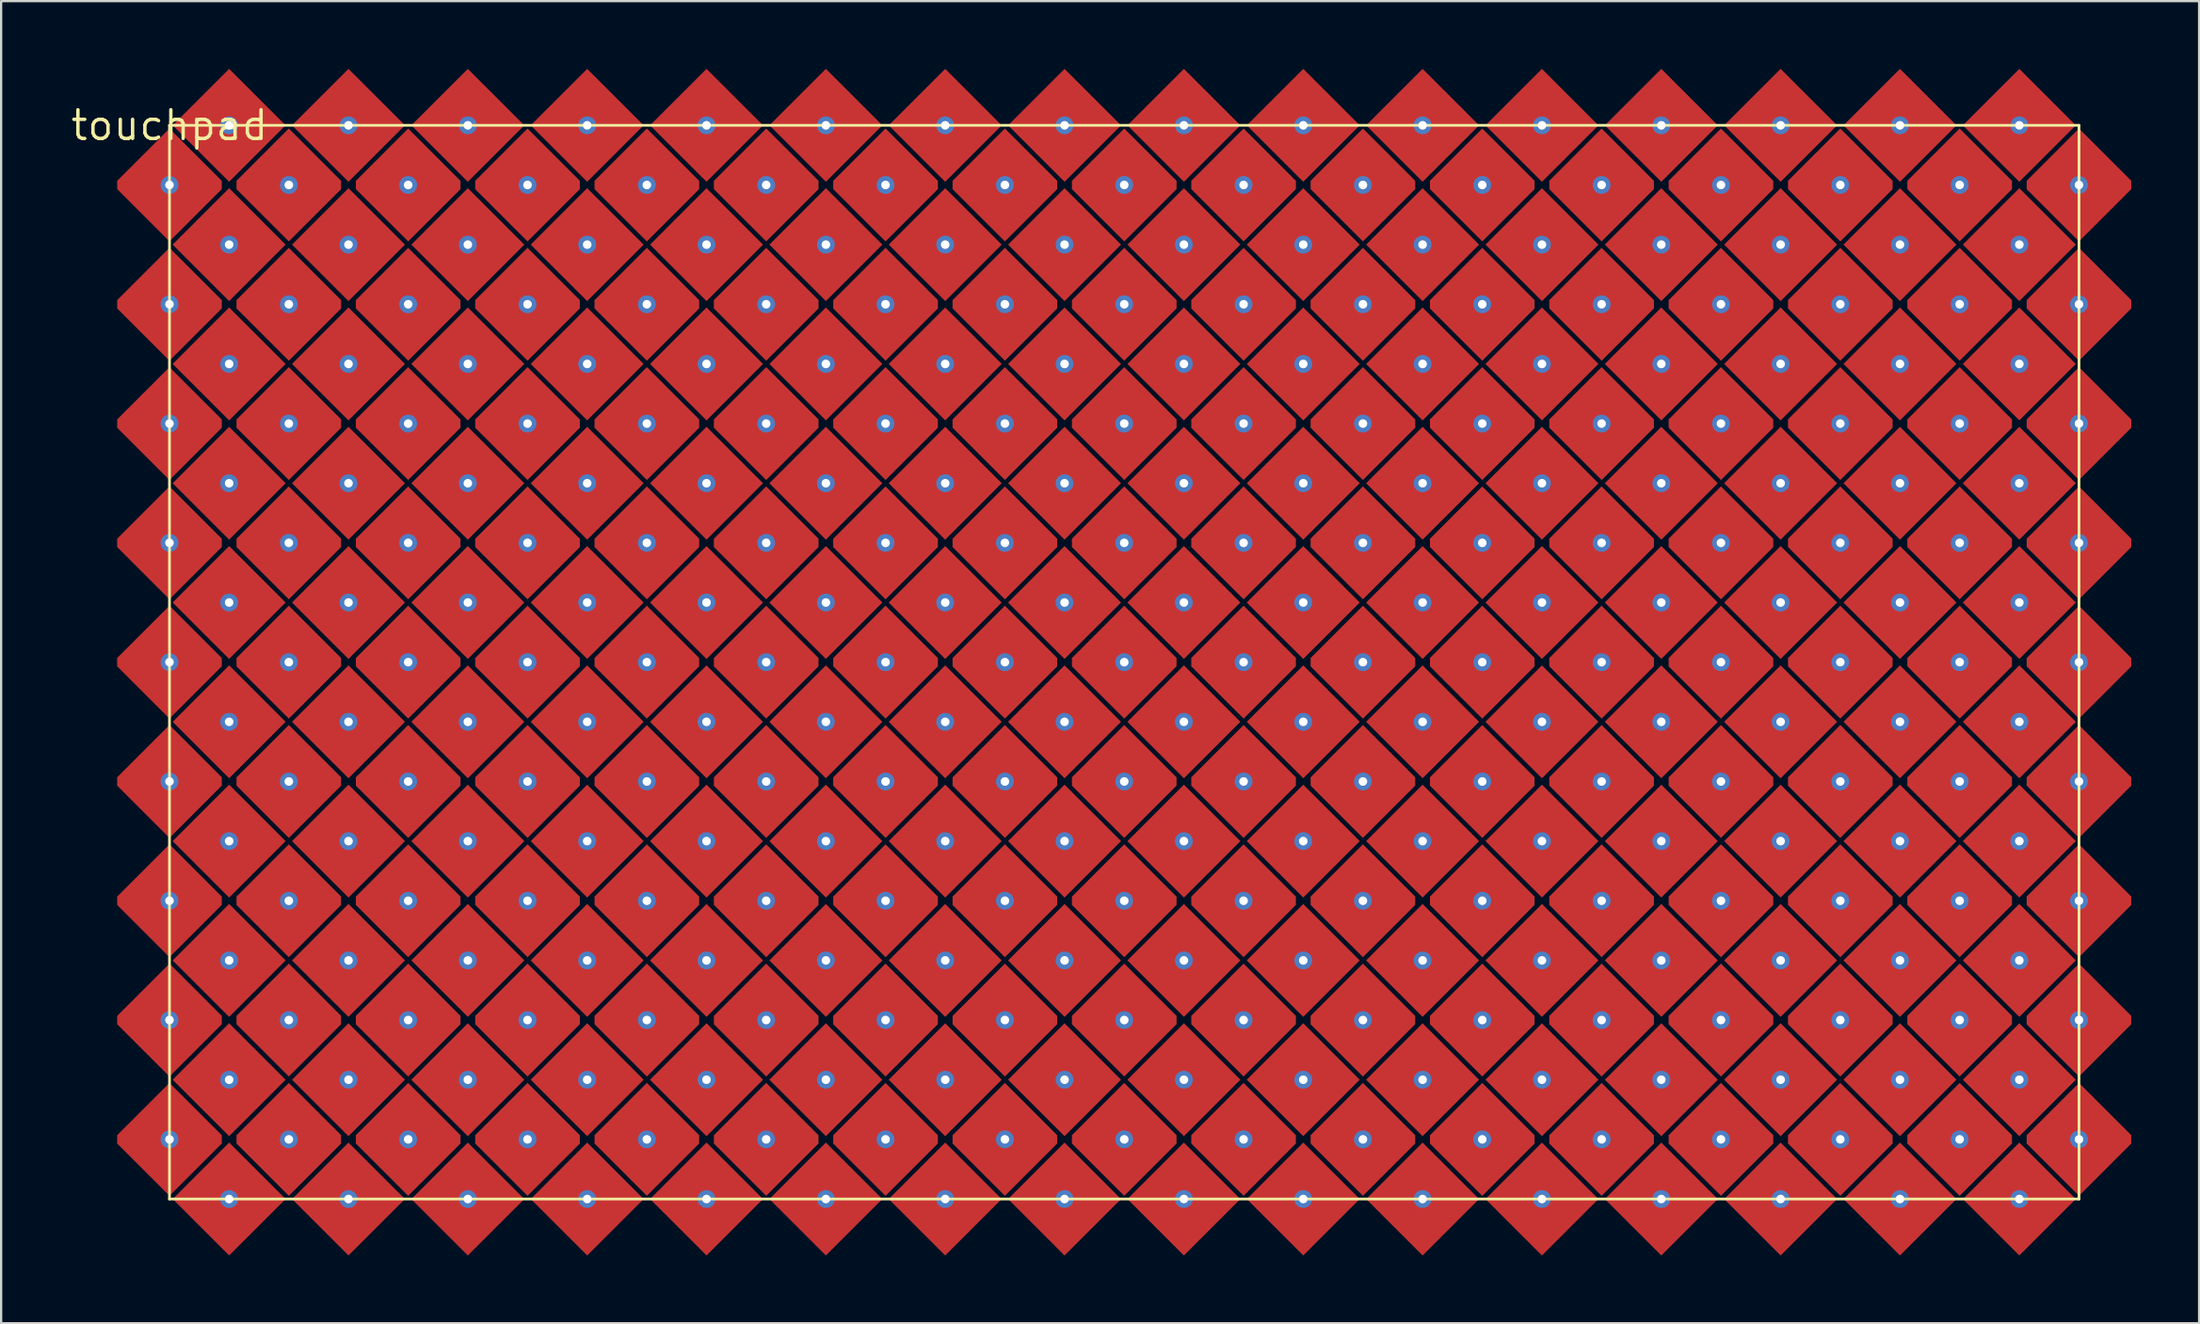
<source format=kicad_pcb>
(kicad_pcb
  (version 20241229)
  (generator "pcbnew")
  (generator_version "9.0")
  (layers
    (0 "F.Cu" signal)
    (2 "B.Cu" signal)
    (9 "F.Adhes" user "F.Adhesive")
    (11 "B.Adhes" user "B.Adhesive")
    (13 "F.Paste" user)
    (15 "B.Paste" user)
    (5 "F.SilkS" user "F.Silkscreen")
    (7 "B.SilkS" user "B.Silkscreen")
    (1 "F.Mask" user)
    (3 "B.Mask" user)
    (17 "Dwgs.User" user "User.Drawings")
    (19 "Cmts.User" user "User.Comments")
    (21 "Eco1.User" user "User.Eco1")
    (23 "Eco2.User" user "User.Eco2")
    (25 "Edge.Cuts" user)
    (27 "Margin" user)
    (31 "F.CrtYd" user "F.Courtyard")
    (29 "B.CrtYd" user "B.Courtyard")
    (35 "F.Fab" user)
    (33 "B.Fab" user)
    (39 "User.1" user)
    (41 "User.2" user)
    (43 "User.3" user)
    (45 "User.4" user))
  (footprint "touchpad"
    (layer "F.Cu")
    (at 4.452 2.5)
    (property "Reference" "touchpad" (at 0 0 0) (layer "F.SilkS") (effects (font (size 1.27 1.27) (thickness 0.15))))
    (attr through_hole)
    (fp_line (start 0 0) (end 0 47.546) (stroke (width 0.12) (type solid)) (layer "F.SilkS"))
    (fp_line (start 0 47.546) (end 84.525 47.546) (stroke (width 0.12) (type solid)) (layer "F.SilkS"))
    (fp_line (start 84.525 0) (end 0 0) (stroke (width 0.12) (type solid)) (layer "F.SilkS"))
    (fp_line (start 84.525 47.546) (end 84.525 0) (stroke (width 0.12) (type solid)) (layer "F.SilkS"))
    (pad "Rx1" thru_hole circle (at 0 2.641) (size 0.79 0.79) (drill 0.38) (layers "*.Cu"))
    (pad "Rx1" smd custom (at 0 2.641) (size 1 1) (layers "F.Cu") (options (anchor rect)) (primitives (gr_poly (pts (xy 0 -2.5) (xy 2.316 -0.184) (xy 2.316 0.184) (xy 0 2.5) (xy -2.316 0.184) (xy -2.316 -0.184)) (width 0) (fill yes))))
    (pad "Rx1" thru_hole circle (at 5.283 2.641) (size 0.79 0.79) (drill 0.38) (layers "*.Cu"))
    (pad "Rx1" smd custom (at 5.283 2.641) (size 1 1) (layers "F.Cu") (options (anchor rect)) (primitives (gr_poly (pts (xy 0 -2.5) (xy 2.316 -0.184) (xy 2.316 0.184) (xy 0 2.5) (xy -2.316 0.184) (xy -2.316 -0.184)) (width 0) (fill yes))))
    (pad "Rx1" thru_hole circle (at 10.566 2.641) (size 0.79 0.79) (drill 0.38) (layers "*.Cu"))
    (pad "Rx1" smd custom (at 10.566 2.641) (size 1 1) (layers "F.Cu") (options (anchor rect)) (primitives (gr_poly (pts (xy 0 -2.5) (xy 2.316 -0.184) (xy 2.316 0.184) (xy 0 2.5) (xy -2.316 0.184) (xy -2.316 -0.184)) (width 0) (fill yes))))
    (pad "Rx1" thru_hole circle (at 15.849 2.641) (size 0.79 0.79) (drill 0.38) (layers "*.Cu"))
    (pad "Rx1" smd custom (at 15.849 2.641) (size 1 1) (layers "F.Cu") (options (anchor rect)) (primitives (gr_poly (pts (xy 0 -2.5) (xy 2.316 -0.184) (xy 2.316 0.184) (xy 0 2.5) (xy -2.316 0.184) (xy -2.316 -0.184)) (width 0) (fill yes))))
    (pad "Rx1" thru_hole circle (at 21.131 2.641) (size 0.79 0.79) (drill 0.38) (layers "*.Cu"))
    (pad "Rx1" smd custom (at 21.131 2.641) (size 1 1) (layers "F.Cu") (options (anchor rect)) (primitives (gr_poly (pts (xy 0 -2.5) (xy 2.316 -0.184) (xy 2.316 0.184) (xy 0 2.5) (xy -2.316 0.184) (xy -2.316 -0.184)) (width 0) (fill yes))))
    (pad "Rx1" thru_hole circle (at 26.414 2.641) (size 0.79 0.79) (drill 0.38) (layers "*.Cu"))
    (pad "Rx1" smd custom (at 26.414 2.641) (size 1 1) (layers "F.Cu") (options (anchor rect)) (primitives (gr_poly (pts (xy 0 -2.5) (xy 2.316 -0.184) (xy 2.316 0.184) (xy 0 2.5) (xy -2.316 0.184) (xy -2.316 -0.184)) (width 0) (fill yes))))
    (pad "Rx1" thru_hole circle (at 31.697 2.641) (size 0.79 0.79) (drill 0.38) (layers "*.Cu"))
    (pad "Rx1" smd custom (at 31.697 2.641) (size 1 1) (layers "F.Cu") (options (anchor rect)) (primitives (gr_poly (pts (xy 0 -2.5) (xy 2.316 -0.184) (xy 2.316 0.184) (xy 0 2.5) (xy -2.316 0.184) (xy -2.316 -0.184)) (width 0) (fill yes))))
    (pad "Rx1" thru_hole circle (at 36.98 2.641) (size 0.79 0.79) (drill 0.38) (layers "*.Cu"))
    (pad "Rx1" smd custom (at 36.98 2.641) (size 1 1) (layers "F.Cu") (options (anchor rect)) (primitives (gr_poly (pts (xy 0 -2.5) (xy 2.316 -0.184) (xy 2.316 0.184) (xy 0 2.5) (xy -2.316 0.184) (xy -2.316 -0.184)) (width 0) (fill yes))))
    (pad "Rx1" thru_hole circle (at 42.263 2.641) (size 0.79 0.79) (drill 0.38) (layers "*.Cu"))
    (pad "Rx1" smd custom (at 42.263 2.641) (size 1 1) (layers "F.Cu") (options (anchor rect)) (primitives (gr_poly (pts (xy 0 -2.5) (xy 2.316 -0.184) (xy 2.316 0.184) (xy 0 2.5) (xy -2.316 0.184) (xy -2.316 -0.184)) (width 0) (fill yes))))
    (pad "Rx1" thru_hole circle (at 47.546 2.641) (size 0.79 0.79) (drill 0.38) (layers "*.Cu"))
    (pad "Rx1" smd custom (at 47.546 2.641) (size 1 1) (layers "F.Cu") (options (anchor rect)) (primitives (gr_poly (pts (xy 0 -2.5) (xy 2.316 -0.184) (xy 2.316 0.184) (xy 0 2.5) (xy -2.316 0.184) (xy -2.316 -0.184)) (width 0) (fill yes))))
    (pad "Rx1" thru_hole circle (at 52.828 2.641) (size 0.79 0.79) (drill 0.38) (layers "*.Cu"))
    (pad "Rx1" smd custom (at 52.828 2.641) (size 1 1) (layers "F.Cu") (options (anchor rect)) (primitives (gr_poly (pts (xy 0 -2.5) (xy 2.316 -0.184) (xy 2.316 0.184) (xy 0 2.5) (xy -2.316 0.184) (xy -2.316 -0.184)) (width 0) (fill yes))))
    (pad "Rx1" thru_hole circle (at 58.111 2.641) (size 0.79 0.79) (drill 0.38) (layers "*.Cu"))
    (pad "Rx1" smd custom (at 58.111 2.641) (size 1 1) (layers "F.Cu") (options (anchor rect)) (primitives (gr_poly (pts (xy 0 -2.5) (xy 2.316 -0.184) (xy 2.316 0.184) (xy 0 2.5) (xy -2.316 0.184) (xy -2.316 -0.184)) (width 0) (fill yes))))
    (pad "Rx1" thru_hole circle (at 63.394 2.641) (size 0.79 0.79) (drill 0.38) (layers "*.Cu"))
    (pad "Rx1" smd custom (at 63.394 2.641) (size 1 1) (layers "F.Cu") (options (anchor rect)) (primitives (gr_poly (pts (xy 0 -2.5) (xy 2.316 -0.184) (xy 2.316 0.184) (xy 0 2.5) (xy -2.316 0.184) (xy -2.316 -0.184)) (width 0) (fill yes))))
    (pad "Rx1" thru_hole circle (at 68.677 2.641) (size 0.79 0.79) (drill 0.38) (layers "*.Cu"))
    (pad "Rx1" smd custom (at 68.677 2.641) (size 1 1) (layers "F.Cu") (options (anchor rect)) (primitives (gr_poly (pts (xy 0 -2.5) (xy 2.316 -0.184) (xy 2.316 0.184) (xy 0 2.5) (xy -2.316 0.184) (xy -2.316 -0.184)) (width 0) (fill yes))))
    (pad "Rx1" thru_hole circle (at 73.96 2.641) (size 0.79 0.79) (drill 0.38) (layers "*.Cu"))
    (pad "Rx1" smd custom (at 73.96 2.641) (size 1 1) (layers "F.Cu") (options (anchor rect)) (primitives (gr_poly (pts (xy 0 -2.5) (xy 2.316 -0.184) (xy 2.316 0.184) (xy 0 2.5) (xy -2.316 0.184) (xy -2.316 -0.184)) (width 0) (fill yes))))
    (pad "Rx1" thru_hole circle (at 79.243 2.641) (size 0.79 0.79) (drill 0.38) (layers "*.Cu"))
    (pad "Rx1" smd custom (at 79.243 2.641) (size 1 1) (layers "F.Cu") (options (anchor rect)) (primitives (gr_poly (pts (xy 0 -2.5) (xy 2.316 -0.184) (xy 2.316 0.184) (xy 0 2.5) (xy -2.316 0.184) (xy -2.316 -0.184)) (width 0) (fill yes))))
    (pad "Rx1" thru_hole circle (at 84.525 2.641) (size 0.79 0.79) (drill 0.38) (layers "*.Cu"))
    (pad "Rx1" smd custom (at 84.525 2.641) (size 1 1) (layers "F.Cu") (options (anchor rect)) (primitives (gr_poly (pts (xy 0 -2.5) (xy 2.316 -0.184) (xy 2.316 0.184) (xy 0 2.5) (xy -2.316 0.184) (xy -2.316 -0.184)) (width 0) (fill yes))))
    (pad "Rx2" thru_hole circle (at 0 7.924) (size 0.79 0.79) (drill 0.38) (layers "*.Cu"))
    (pad "Rx2" smd custom (at 0 7.924) (size 1 1) (layers "F.Cu") (options (anchor rect)) (primitives (gr_poly (pts (xy 0 -2.5) (xy 2.316 -0.184) (xy 2.316 0.184) (xy 0 2.5) (xy -2.316 0.184) (xy -2.316 -0.184)) (width 0) (fill yes))))
    (pad "Rx2" thru_hole circle (at 5.283 7.924) (size 0.79 0.79) (drill 0.38) (layers "*.Cu"))
    (pad "Rx2" smd custom (at 5.283 7.924) (size 1 1) (layers "F.Cu") (options (anchor rect)) (primitives (gr_poly (pts (xy 0 -2.5) (xy 2.316 -0.184) (xy 2.316 0.184) (xy 0 2.5) (xy -2.316 0.184) (xy -2.316 -0.184)) (width 0) (fill yes))))
    (pad "Rx2" thru_hole circle (at 10.566 7.924) (size 0.79 0.79) (drill 0.38) (layers "*.Cu"))
    (pad "Rx2" smd custom (at 10.566 7.924) (size 1 1) (layers "F.Cu") (options (anchor rect)) (primitives (gr_poly (pts (xy 0 -2.5) (xy 2.316 -0.184) (xy 2.316 0.184) (xy 0 2.5) (xy -2.316 0.184) (xy -2.316 -0.184)) (width 0) (fill yes))))
    (pad "Rx2" thru_hole circle (at 15.849 7.924) (size 0.79 0.79) (drill 0.38) (layers "*.Cu"))
    (pad "Rx2" smd custom (at 15.849 7.924) (size 1 1) (layers "F.Cu") (options (anchor rect)) (primitives (gr_poly (pts (xy 0 -2.5) (xy 2.316 -0.184) (xy 2.316 0.184) (xy 0 2.5) (xy -2.316 0.184) (xy -2.316 -0.184)) (width 0) (fill yes))))
    (pad "Rx2" thru_hole circle (at 21.131 7.924) (size 0.79 0.79) (drill 0.38) (layers "*.Cu"))
    (pad "Rx2" smd custom (at 21.131 7.924) (size 1 1) (layers "F.Cu") (options (anchor rect)) (primitives (gr_poly (pts (xy 0 -2.5) (xy 2.316 -0.184) (xy 2.316 0.184) (xy 0 2.5) (xy -2.316 0.184) (xy -2.316 -0.184)) (width 0) (fill yes))))
    (pad "Rx2" thru_hole circle (at 26.414 7.924) (size 0.79 0.79) (drill 0.38) (layers "*.Cu"))
    (pad "Rx2" smd custom (at 26.414 7.924) (size 1 1) (layers "F.Cu") (options (anchor rect)) (primitives (gr_poly (pts (xy 0 -2.5) (xy 2.316 -0.184) (xy 2.316 0.184) (xy 0 2.5) (xy -2.316 0.184) (xy -2.316 -0.184)) (width 0) (fill yes))))
    (pad "Rx2" thru_hole circle (at 31.697 7.924) (size 0.79 0.79) (drill 0.38) (layers "*.Cu"))
    (pad "Rx2" smd custom (at 31.697 7.924) (size 1 1) (layers "F.Cu") (options (anchor rect)) (primitives (gr_poly (pts (xy 0 -2.5) (xy 2.316 -0.184) (xy 2.316 0.184) (xy 0 2.5) (xy -2.316 0.184) (xy -2.316 -0.184)) (width 0) (fill yes))))
    (pad "Rx2" thru_hole circle (at 36.98 7.924) (size 0.79 0.79) (drill 0.38) (layers "*.Cu"))
    (pad "Rx2" smd custom (at 36.98 7.924) (size 1 1) (layers "F.Cu") (options (anchor rect)) (primitives (gr_poly (pts (xy 0 -2.5) (xy 2.316 -0.184) (xy 2.316 0.184) (xy 0 2.5) (xy -2.316 0.184) (xy -2.316 -0.184)) (width 0) (fill yes))))
    (pad "Rx2" thru_hole circle (at 42.263 7.924) (size 0.79 0.79) (drill 0.38) (layers "*.Cu"))
    (pad "Rx2" smd custom (at 42.263 7.924) (size 1 1) (layers "F.Cu") (options (anchor rect)) (primitives (gr_poly (pts (xy 0 -2.5) (xy 2.316 -0.184) (xy 2.316 0.184) (xy 0 2.5) (xy -2.316 0.184) (xy -2.316 -0.184)) (width 0) (fill yes))))
    (pad "Rx2" thru_hole circle (at 47.546 7.924) (size 0.79 0.79) (drill 0.38) (layers "*.Cu"))
    (pad "Rx2" smd custom (at 47.546 7.924) (size 1 1) (layers "F.Cu") (options (anchor rect)) (primitives (gr_poly (pts (xy 0 -2.5) (xy 2.316 -0.184) (xy 2.316 0.184) (xy 0 2.5) (xy -2.316 0.184) (xy -2.316 -0.184)) (width 0) (fill yes))))
    (pad "Rx2" thru_hole circle (at 52.828 7.924) (size 0.79 0.79) (drill 0.38) (layers "*.Cu"))
    (pad "Rx2" smd custom (at 52.828 7.924) (size 1 1) (layers "F.Cu") (options (anchor rect)) (primitives (gr_poly (pts (xy 0 -2.5) (xy 2.316 -0.184) (xy 2.316 0.184) (xy 0 2.5) (xy -2.316 0.184) (xy -2.316 -0.184)) (width 0) (fill yes))))
    (pad "Rx2" thru_hole circle (at 58.111 7.924) (size 0.79 0.79) (drill 0.38) (layers "*.Cu"))
    (pad "Rx2" smd custom (at 58.111 7.924) (size 1 1) (layers "F.Cu") (options (anchor rect)) (primitives (gr_poly (pts (xy 0 -2.5) (xy 2.316 -0.184) (xy 2.316 0.184) (xy 0 2.5) (xy -2.316 0.184) (xy -2.316 -0.184)) (width 0) (fill yes))))
    (pad "Rx2" thru_hole circle (at 63.394 7.924) (size 0.79 0.79) (drill 0.38) (layers "*.Cu"))
    (pad "Rx2" smd custom (at 63.394 7.924) (size 1 1) (layers "F.Cu") (options (anchor rect)) (primitives (gr_poly (pts (xy 0 -2.5) (xy 2.316 -0.184) (xy 2.316 0.184) (xy 0 2.5) (xy -2.316 0.184) (xy -2.316 -0.184)) (width 0) (fill yes))))
    (pad "Rx2" thru_hole circle (at 68.677 7.924) (size 0.79 0.79) (drill 0.38) (layers "*.Cu"))
    (pad "Rx2" smd custom (at 68.677 7.924) (size 1 1) (layers "F.Cu") (options (anchor rect)) (primitives (gr_poly (pts (xy 0 -2.5) (xy 2.316 -0.184) (xy 2.316 0.184) (xy 0 2.5) (xy -2.316 0.184) (xy -2.316 -0.184)) (width 0) (fill yes))))
    (pad "Rx2" thru_hole circle (at 73.96 7.924) (size 0.79 0.79) (drill 0.38) (layers "*.Cu"))
    (pad "Rx2" smd custom (at 73.96 7.924) (size 1 1) (layers "F.Cu") (options (anchor rect)) (primitives (gr_poly (pts (xy 0 -2.5) (xy 2.316 -0.184) (xy 2.316 0.184) (xy 0 2.5) (xy -2.316 0.184) (xy -2.316 -0.184)) (width 0) (fill yes))))
    (pad "Rx2" thru_hole circle (at 79.243 7.924) (size 0.79 0.79) (drill 0.38) (layers "*.Cu"))
    (pad "Rx2" smd custom (at 79.243 7.924) (size 1 1) (layers "F.Cu") (options (anchor rect)) (primitives (gr_poly (pts (xy 0 -2.5) (xy 2.316 -0.184) (xy 2.316 0.184) (xy 0 2.5) (xy -2.316 0.184) (xy -2.316 -0.184)) (width 0) (fill yes))))
    (pad "Rx2" thru_hole circle (at 84.525 7.924) (size 0.79 0.79) (drill 0.38) (layers "*.Cu"))
    (pad "Rx2" smd custom (at 84.525 7.924) (size 1 1) (layers "F.Cu") (options (anchor rect)) (primitives (gr_poly (pts (xy 0 -2.5) (xy 2.316 -0.184) (xy 2.316 0.184) (xy 0 2.5) (xy -2.316 0.184) (xy -2.316 -0.184)) (width 0) (fill yes))))
    (pad "Rx3" thru_hole circle (at 0 13.207) (size 0.79 0.79) (drill 0.38) (layers "*.Cu"))
    (pad "Rx3" smd custom (at 0 13.207) (size 1 1) (layers "F.Cu") (options (anchor rect)) (primitives (gr_poly (pts (xy 0 -2.5) (xy 2.316 -0.184) (xy 2.316 0.184) (xy 0 2.5) (xy -2.316 0.184) (xy -2.316 -0.184)) (width 0) (fill yes))))
    (pad "Rx3" thru_hole circle (at 5.283 13.207) (size 0.79 0.79) (drill 0.38) (layers "*.Cu"))
    (pad "Rx3" smd custom (at 5.283 13.207) (size 1 1) (layers "F.Cu") (options (anchor rect)) (primitives (gr_poly (pts (xy 0 -2.5) (xy 2.316 -0.184) (xy 2.316 0.184) (xy 0 2.5) (xy -2.316 0.184) (xy -2.316 -0.184)) (width 0) (fill yes))))
    (pad "Rx3" thru_hole circle (at 10.566 13.207) (size 0.79 0.79) (drill 0.38) (layers "*.Cu"))
    (pad "Rx3" smd custom (at 10.566 13.207) (size 1 1) (layers "F.Cu") (options (anchor rect)) (primitives (gr_poly (pts (xy 0 -2.5) (xy 2.316 -0.184) (xy 2.316 0.184) (xy 0 2.5) (xy -2.316 0.184) (xy -2.316 -0.184)) (width 0) (fill yes))))
    (pad "Rx3" thru_hole circle (at 15.849 13.207) (size 0.79 0.79) (drill 0.38) (layers "*.Cu"))
    (pad "Rx3" smd custom (at 15.849 13.207) (size 1 1) (layers "F.Cu") (options (anchor rect)) (primitives (gr_poly (pts (xy 0 -2.5) (xy 2.316 -0.184) (xy 2.316 0.184) (xy 0 2.5) (xy -2.316 0.184) (xy -2.316 -0.184)) (width 0) (fill yes))))
    (pad "Rx3" thru_hole circle (at 21.131 13.207) (size 0.79 0.79) (drill 0.38) (layers "*.Cu"))
    (pad "Rx3" smd custom (at 21.131 13.207) (size 1 1) (layers "F.Cu") (options (anchor rect)) (primitives (gr_poly (pts (xy 0 -2.5) (xy 2.316 -0.184) (xy 2.316 0.184) (xy 0 2.5) (xy -2.316 0.184) (xy -2.316 -0.184)) (width 0) (fill yes))))
    (pad "Rx3" thru_hole circle (at 26.414 13.207) (size 0.79 0.79) (drill 0.38) (layers "*.Cu"))
    (pad "Rx3" smd custom (at 26.414 13.207) (size 1 1) (layers "F.Cu") (options (anchor rect)) (primitives (gr_poly (pts (xy 0 -2.5) (xy 2.316 -0.184) (xy 2.316 0.184) (xy 0 2.5) (xy -2.316 0.184) (xy -2.316 -0.184)) (width 0) (fill yes))))
    (pad "Rx3" thru_hole circle (at 31.697 13.207) (size 0.79 0.79) (drill 0.38) (layers "*.Cu"))
    (pad "Rx3" smd custom (at 31.697 13.207) (size 1 1) (layers "F.Cu") (options (anchor rect)) (primitives (gr_poly (pts (xy 0 -2.5) (xy 2.316 -0.184) (xy 2.316 0.184) (xy 0 2.5) (xy -2.316 0.184) (xy -2.316 -0.184)) (width 0) (fill yes))))
    (pad "Rx3" thru_hole circle (at 36.98 13.207) (size 0.79 0.79) (drill 0.38) (layers "*.Cu"))
    (pad "Rx3" smd custom (at 36.98 13.207) (size 1 1) (layers "F.Cu") (options (anchor rect)) (primitives (gr_poly (pts (xy 0 -2.5) (xy 2.316 -0.184) (xy 2.316 0.184) (xy 0 2.5) (xy -2.316 0.184) (xy -2.316 -0.184)) (width 0) (fill yes))))
    (pad "Rx3" thru_hole circle (at 42.263 13.207) (size 0.79 0.79) (drill 0.38) (layers "*.Cu"))
    (pad "Rx3" smd custom (at 42.263 13.207) (size 1 1) (layers "F.Cu") (options (anchor rect)) (primitives (gr_poly (pts (xy 0 -2.5) (xy 2.316 -0.184) (xy 2.316 0.184) (xy 0 2.5) (xy -2.316 0.184) (xy -2.316 -0.184)) (width 0) (fill yes))))
    (pad "Rx3" thru_hole circle (at 47.546 13.207) (size 0.79 0.79) (drill 0.38) (layers "*.Cu"))
    (pad "Rx3" smd custom (at 47.546 13.207) (size 1 1) (layers "F.Cu") (options (anchor rect)) (primitives (gr_poly (pts (xy 0 -2.5) (xy 2.316 -0.184) (xy 2.316 0.184) (xy 0 2.5) (xy -2.316 0.184) (xy -2.316 -0.184)) (width 0) (fill yes))))
    (pad "Rx3" thru_hole circle (at 52.828 13.207) (size 0.79 0.79) (drill 0.38) (layers "*.Cu"))
    (pad "Rx3" smd custom (at 52.828 13.207) (size 1 1) (layers "F.Cu") (options (anchor rect)) (primitives (gr_poly (pts (xy 0 -2.5) (xy 2.316 -0.184) (xy 2.316 0.184) (xy 0 2.5) (xy -2.316 0.184) (xy -2.316 -0.184)) (width 0) (fill yes))))
    (pad "Rx3" thru_hole circle (at 58.111 13.207) (size 0.79 0.79) (drill 0.38) (layers "*.Cu"))
    (pad "Rx3" smd custom (at 58.111 13.207) (size 1 1) (layers "F.Cu") (options (anchor rect)) (primitives (gr_poly (pts (xy 0 -2.5) (xy 2.316 -0.184) (xy 2.316 0.184) (xy 0 2.5) (xy -2.316 0.184) (xy -2.316 -0.184)) (width 0) (fill yes))))
    (pad "Rx3" thru_hole circle (at 63.394 13.207) (size 0.79 0.79) (drill 0.38) (layers "*.Cu"))
    (pad "Rx3" smd custom (at 63.394 13.207) (size 1 1) (layers "F.Cu") (options (anchor rect)) (primitives (gr_poly (pts (xy 0 -2.5) (xy 2.316 -0.184) (xy 2.316 0.184) (xy 0 2.5) (xy -2.316 0.184) (xy -2.316 -0.184)) (width 0) (fill yes))))
    (pad "Rx3" thru_hole circle (at 68.677 13.207) (size 0.79 0.79) (drill 0.38) (layers "*.Cu"))
    (pad "Rx3" smd custom (at 68.677 13.207) (size 1 1) (layers "F.Cu") (options (anchor rect)) (primitives (gr_poly (pts (xy 0 -2.5) (xy 2.316 -0.184) (xy 2.316 0.184) (xy 0 2.5) (xy -2.316 0.184) (xy -2.316 -0.184)) (width 0) (fill yes))))
    (pad "Rx3" thru_hole circle (at 73.96 13.207) (size 0.79 0.79) (drill 0.38) (layers "*.Cu"))
    (pad "Rx3" smd custom (at 73.96 13.207) (size 1 1) (layers "F.Cu") (options (anchor rect)) (primitives (gr_poly (pts (xy 0 -2.5) (xy 2.316 -0.184) (xy 2.316 0.184) (xy 0 2.5) (xy -2.316 0.184) (xy -2.316 -0.184)) (width 0) (fill yes))))
    (pad "Rx3" thru_hole circle (at 79.243 13.207) (size 0.79 0.79) (drill 0.38) (layers "*.Cu"))
    (pad "Rx3" smd custom (at 79.243 13.207) (size 1 1) (layers "F.Cu") (options (anchor rect)) (primitives (gr_poly (pts (xy 0 -2.5) (xy 2.316 -0.184) (xy 2.316 0.184) (xy 0 2.5) (xy -2.316 0.184) (xy -2.316 -0.184)) (width 0) (fill yes))))
    (pad "Rx3" thru_hole circle (at 84.525 13.207) (size 0.79 0.79) (drill 0.38) (layers "*.Cu"))
    (pad "Rx3" smd custom (at 84.525 13.207) (size 1 1) (layers "F.Cu") (options (anchor rect)) (primitives (gr_poly (pts (xy 0 -2.5) (xy 2.316 -0.184) (xy 2.316 0.184) (xy 0 2.5) (xy -2.316 0.184) (xy -2.316 -0.184)) (width 0) (fill yes))))
    (pad "Rx4" thru_hole circle (at 0 18.49) (size 0.79 0.79) (drill 0.38) (layers "*.Cu"))
    (pad "Rx4" smd custom (at 0 18.49) (size 1 1) (layers "F.Cu") (options (anchor rect)) (primitives (gr_poly (pts (xy 0 -2.5) (xy 2.316 -0.184) (xy 2.316 0.184) (xy 0 2.5) (xy -2.316 0.184) (xy -2.316 -0.184)) (width 0) (fill yes))))
    (pad "Rx4" thru_hole circle (at 5.283 18.49) (size 0.79 0.79) (drill 0.38) (layers "*.Cu"))
    (pad "Rx4" smd custom (at 5.283 18.49) (size 1 1) (layers "F.Cu") (options (anchor rect)) (primitives (gr_poly (pts (xy 0 -2.5) (xy 2.316 -0.184) (xy 2.316 0.184) (xy 0 2.5) (xy -2.316 0.184) (xy -2.316 -0.184)) (width 0) (fill yes))))
    (pad "Rx4" thru_hole circle (at 10.566 18.49) (size 0.79 0.79) (drill 0.38) (layers "*.Cu"))
    (pad "Rx4" smd custom (at 10.566 18.49) (size 1 1) (layers "F.Cu") (options (anchor rect)) (primitives (gr_poly (pts (xy 0 -2.5) (xy 2.316 -0.184) (xy 2.316 0.184) (xy 0 2.5) (xy -2.316 0.184) (xy -2.316 -0.184)) (width 0) (fill yes))))
    (pad "Rx4" thru_hole circle (at 15.849 18.49) (size 0.79 0.79) (drill 0.38) (layers "*.Cu"))
    (pad "Rx4" smd custom (at 15.849 18.49) (size 1 1) (layers "F.Cu") (options (anchor rect)) (primitives (gr_poly (pts (xy 0 -2.5) (xy 2.316 -0.184) (xy 2.316 0.184) (xy 0 2.5) (xy -2.316 0.184) (xy -2.316 -0.184)) (width 0) (fill yes))))
    (pad "Rx4" thru_hole circle (at 21.131 18.49) (size 0.79 0.79) (drill 0.38) (layers "*.Cu"))
    (pad "Rx4" smd custom (at 21.131 18.49) (size 1 1) (layers "F.Cu") (options (anchor rect)) (primitives (gr_poly (pts (xy 0 -2.5) (xy 2.316 -0.184) (xy 2.316 0.184) (xy 0 2.5) (xy -2.316 0.184) (xy -2.316 -0.184)) (width 0) (fill yes))))
    (pad "Rx4" thru_hole circle (at 26.414 18.49) (size 0.79 0.79) (drill 0.38) (layers "*.Cu"))
    (pad "Rx4" smd custom (at 26.414 18.49) (size 1 1) (layers "F.Cu") (options (anchor rect)) (primitives (gr_poly (pts (xy 0 -2.5) (xy 2.316 -0.184) (xy 2.316 0.184) (xy 0 2.5) (xy -2.316 0.184) (xy -2.316 -0.184)) (width 0) (fill yes))))
    (pad "Rx4" thru_hole circle (at 31.697 18.49) (size 0.79 0.79) (drill 0.38) (layers "*.Cu"))
    (pad "Rx4" smd custom (at 31.697 18.49) (size 1 1) (layers "F.Cu") (options (anchor rect)) (primitives (gr_poly (pts (xy 0 -2.5) (xy 2.316 -0.184) (xy 2.316 0.184) (xy 0 2.5) (xy -2.316 0.184) (xy -2.316 -0.184)) (width 0) (fill yes))))
    (pad "Rx4" thru_hole circle (at 36.98 18.49) (size 0.79 0.79) (drill 0.38) (layers "*.Cu"))
    (pad "Rx4" smd custom (at 36.98 18.49) (size 1 1) (layers "F.Cu") (options (anchor rect)) (primitives (gr_poly (pts (xy 0 -2.5) (xy 2.316 -0.184) (xy 2.316 0.184) (xy 0 2.5) (xy -2.316 0.184) (xy -2.316 -0.184)) (width 0) (fill yes))))
    (pad "Rx4" thru_hole circle (at 42.263 18.49) (size 0.79 0.79) (drill 0.38) (layers "*.Cu"))
    (pad "Rx4" smd custom (at 42.263 18.49) (size 1 1) (layers "F.Cu") (options (anchor rect)) (primitives (gr_poly (pts (xy 0 -2.5) (xy 2.316 -0.184) (xy 2.316 0.184) (xy 0 2.5) (xy -2.316 0.184) (xy -2.316 -0.184)) (width 0) (fill yes))))
    (pad "Rx4" thru_hole circle (at 47.546 18.49) (size 0.79 0.79) (drill 0.38) (layers "*.Cu"))
    (pad "Rx4" smd custom (at 47.546 18.49) (size 1 1) (layers "F.Cu") (options (anchor rect)) (primitives (gr_poly (pts (xy 0 -2.5) (xy 2.316 -0.184) (xy 2.316 0.184) (xy 0 2.5) (xy -2.316 0.184) (xy -2.316 -0.184)) (width 0) (fill yes))))
    (pad "Rx4" thru_hole circle (at 52.828 18.49) (size 0.79 0.79) (drill 0.38) (layers "*.Cu"))
    (pad "Rx4" smd custom (at 52.828 18.49) (size 1 1) (layers "F.Cu") (options (anchor rect)) (primitives (gr_poly (pts (xy 0 -2.5) (xy 2.316 -0.184) (xy 2.316 0.184) (xy 0 2.5) (xy -2.316 0.184) (xy -2.316 -0.184)) (width 0) (fill yes))))
    (pad "Rx4" thru_hole circle (at 58.111 18.49) (size 0.79 0.79) (drill 0.38) (layers "*.Cu"))
    (pad "Rx4" smd custom (at 58.111 18.49) (size 1 1) (layers "F.Cu") (options (anchor rect)) (primitives (gr_poly (pts (xy 0 -2.5) (xy 2.316 -0.184) (xy 2.316 0.184) (xy 0 2.5) (xy -2.316 0.184) (xy -2.316 -0.184)) (width 0) (fill yes))))
    (pad "Rx4" thru_hole circle (at 63.394 18.49) (size 0.79 0.79) (drill 0.38) (layers "*.Cu"))
    (pad "Rx4" smd custom (at 63.394 18.49) (size 1 1) (layers "F.Cu") (options (anchor rect)) (primitives (gr_poly (pts (xy 0 -2.5) (xy 2.316 -0.184) (xy 2.316 0.184) (xy 0 2.5) (xy -2.316 0.184) (xy -2.316 -0.184)) (width 0) (fill yes))))
    (pad "Rx4" thru_hole circle (at 68.677 18.49) (size 0.79 0.79) (drill 0.38) (layers "*.Cu"))
    (pad "Rx4" smd custom (at 68.677 18.49) (size 1 1) (layers "F.Cu") (options (anchor rect)) (primitives (gr_poly (pts (xy 0 -2.5) (xy 2.316 -0.184) (xy 2.316 0.184) (xy 0 2.5) (xy -2.316 0.184) (xy -2.316 -0.184)) (width 0) (fill yes))))
    (pad "Rx4" thru_hole circle (at 73.96 18.49) (size 0.79 0.79) (drill 0.38) (layers "*.Cu"))
    (pad "Rx4" smd custom (at 73.96 18.49) (size 1 1) (layers "F.Cu") (options (anchor rect)) (primitives (gr_poly (pts (xy 0 -2.5) (xy 2.316 -0.184) (xy 2.316 0.184) (xy 0 2.5) (xy -2.316 0.184) (xy -2.316 -0.184)) (width 0) (fill yes))))
    (pad "Rx4" thru_hole circle (at 79.243 18.49) (size 0.79 0.79) (drill 0.38) (layers "*.Cu"))
    (pad "Rx4" smd custom (at 79.243 18.49) (size 1 1) (layers "F.Cu") (options (anchor rect)) (primitives (gr_poly (pts (xy 0 -2.5) (xy 2.316 -0.184) (xy 2.316 0.184) (xy 0 2.5) (xy -2.316 0.184) (xy -2.316 -0.184)) (width 0) (fill yes))))
    (pad "Rx4" thru_hole circle (at 84.525 18.49) (size 0.79 0.79) (drill 0.38) (layers "*.Cu"))
    (pad "Rx4" smd custom (at 84.525 18.49) (size 1 1) (layers "F.Cu") (options (anchor rect)) (primitives (gr_poly (pts (xy 0 -2.5) (xy 2.316 -0.184) (xy 2.316 0.184) (xy 0 2.5) (xy -2.316 0.184) (xy -2.316 -0.184)) (width 0) (fill yes))))
    (pad "Rx5" thru_hole circle (at 0 23.773) (size 0.79 0.79) (drill 0.38) (layers "*.Cu"))
    (pad "Rx5" smd custom (at 0 23.773) (size 1 1) (layers "F.Cu") (options (anchor rect)) (primitives (gr_poly (pts (xy 0 -2.5) (xy 2.316 -0.184) (xy 2.316 0.184) (xy 0 2.5) (xy -2.316 0.184) (xy -2.316 -0.184)) (width 0) (fill yes))))
    (pad "Rx5" thru_hole circle (at 5.283 23.773) (size 0.79 0.79) (drill 0.38) (layers "*.Cu"))
    (pad "Rx5" smd custom (at 5.283 23.773) (size 1 1) (layers "F.Cu") (options (anchor rect)) (primitives (gr_poly (pts (xy 0 -2.5) (xy 2.316 -0.184) (xy 2.316 0.184) (xy 0 2.5) (xy -2.316 0.184) (xy -2.316 -0.184)) (width 0) (fill yes))))
    (pad "Rx5" thru_hole circle (at 10.566 23.773) (size 0.79 0.79) (drill 0.38) (layers "*.Cu"))
    (pad "Rx5" smd custom (at 10.566 23.773) (size 1 1) (layers "F.Cu") (options (anchor rect)) (primitives (gr_poly (pts (xy 0 -2.5) (xy 2.316 -0.184) (xy 2.316 0.184) (xy 0 2.5) (xy -2.316 0.184) (xy -2.316 -0.184)) (width 0) (fill yes))))
    (pad "Rx5" thru_hole circle (at 15.849 23.773) (size 0.79 0.79) (drill 0.38) (layers "*.Cu"))
    (pad "Rx5" smd custom (at 15.849 23.773) (size 1 1) (layers "F.Cu") (options (anchor rect)) (primitives (gr_poly (pts (xy 0 -2.5) (xy 2.316 -0.184) (xy 2.316 0.184) (xy 0 2.5) (xy -2.316 0.184) (xy -2.316 -0.184)) (width 0) (fill yes))))
    (pad "Rx5" thru_hole circle (at 21.131 23.773) (size 0.79 0.79) (drill 0.38) (layers "*.Cu"))
    (pad "Rx5" smd custom (at 21.131 23.773) (size 1 1) (layers "F.Cu") (options (anchor rect)) (primitives (gr_poly (pts (xy 0 -2.5) (xy 2.316 -0.184) (xy 2.316 0.184) (xy 0 2.5) (xy -2.316 0.184) (xy -2.316 -0.184)) (width 0) (fill yes))))
    (pad "Rx5" thru_hole circle (at 26.414 23.773) (size 0.79 0.79) (drill 0.38) (layers "*.Cu"))
    (pad "Rx5" smd custom (at 26.414 23.773) (size 1 1) (layers "F.Cu") (options (anchor rect)) (primitives (gr_poly (pts (xy 0 -2.5) (xy 2.316 -0.184) (xy 2.316 0.184) (xy 0 2.5) (xy -2.316 0.184) (xy -2.316 -0.184)) (width 0) (fill yes))))
    (pad "Rx5" thru_hole circle (at 31.697 23.773) (size 0.79 0.79) (drill 0.38) (layers "*.Cu"))
    (pad "Rx5" smd custom (at 31.697 23.773) (size 1 1) (layers "F.Cu") (options (anchor rect)) (primitives (gr_poly (pts (xy 0 -2.5) (xy 2.316 -0.184) (xy 2.316 0.184) (xy 0 2.5) (xy -2.316 0.184) (xy -2.316 -0.184)) (width 0) (fill yes))))
    (pad "Rx5" thru_hole circle (at 36.98 23.773) (size 0.79 0.79) (drill 0.38) (layers "*.Cu"))
    (pad "Rx5" smd custom (at 36.98 23.773) (size 1 1) (layers "F.Cu") (options (anchor rect)) (primitives (gr_poly (pts (xy 0 -2.5) (xy 2.316 -0.184) (xy 2.316 0.184) (xy 0 2.5) (xy -2.316 0.184) (xy -2.316 -0.184)) (width 0) (fill yes))))
    (pad "Rx5" thru_hole circle (at 42.263 23.773) (size 0.79 0.79) (drill 0.38) (layers "*.Cu"))
    (pad "Rx5" smd custom (at 42.263 23.773) (size 1 1) (layers "F.Cu") (options (anchor rect)) (primitives (gr_poly (pts (xy 0 -2.5) (xy 2.316 -0.184) (xy 2.316 0.184) (xy 0 2.5) (xy -2.316 0.184) (xy -2.316 -0.184)) (width 0) (fill yes))))
    (pad "Rx5" thru_hole circle (at 47.546 23.773) (size 0.79 0.79) (drill 0.38) (layers "*.Cu"))
    (pad "Rx5" smd custom (at 47.546 23.773) (size 1 1) (layers "F.Cu") (options (anchor rect)) (primitives (gr_poly (pts (xy 0 -2.5) (xy 2.316 -0.184) (xy 2.316 0.184) (xy 0 2.5) (xy -2.316 0.184) (xy -2.316 -0.184)) (width 0) (fill yes))))
    (pad "Rx5" thru_hole circle (at 52.828 23.773) (size 0.79 0.79) (drill 0.38) (layers "*.Cu"))
    (pad "Rx5" smd custom (at 52.828 23.773) (size 1 1) (layers "F.Cu") (options (anchor rect)) (primitives (gr_poly (pts (xy 0 -2.5) (xy 2.316 -0.184) (xy 2.316 0.184) (xy 0 2.5) (xy -2.316 0.184) (xy -2.316 -0.184)) (width 0) (fill yes))))
    (pad "Rx5" thru_hole circle (at 58.111 23.773) (size 0.79 0.79) (drill 0.38) (layers "*.Cu"))
    (pad "Rx5" smd custom (at 58.111 23.773) (size 1 1) (layers "F.Cu") (options (anchor rect)) (primitives (gr_poly (pts (xy 0 -2.5) (xy 2.316 -0.184) (xy 2.316 0.184) (xy 0 2.5) (xy -2.316 0.184) (xy -2.316 -0.184)) (width 0) (fill yes))))
    (pad "Rx5" thru_hole circle (at 63.394 23.773) (size 0.79 0.79) (drill 0.38) (layers "*.Cu"))
    (pad "Rx5" smd custom (at 63.394 23.773) (size 1 1) (layers "F.Cu") (options (anchor rect)) (primitives (gr_poly (pts (xy 0 -2.5) (xy 2.316 -0.184) (xy 2.316 0.184) (xy 0 2.5) (xy -2.316 0.184) (xy -2.316 -0.184)) (width 0) (fill yes))))
    (pad "Rx5" thru_hole circle (at 68.677 23.773) (size 0.79 0.79) (drill 0.38) (layers "*.Cu"))
    (pad "Rx5" smd custom (at 68.677 23.773) (size 1 1) (layers "F.Cu") (options (anchor rect)) (primitives (gr_poly (pts (xy 0 -2.5) (xy 2.316 -0.184) (xy 2.316 0.184) (xy 0 2.5) (xy -2.316 0.184) (xy -2.316 -0.184)) (width 0) (fill yes))))
    (pad "Rx5" thru_hole circle (at 73.96 23.773) (size 0.79 0.79) (drill 0.38) (layers "*.Cu"))
    (pad "Rx5" smd custom (at 73.96 23.773) (size 1 1) (layers "F.Cu") (options (anchor rect)) (primitives (gr_poly (pts (xy 0 -2.5) (xy 2.316 -0.184) (xy 2.316 0.184) (xy 0 2.5) (xy -2.316 0.184) (xy -2.316 -0.184)) (width 0) (fill yes))))
    (pad "Rx5" thru_hole circle (at 79.243 23.773) (size 0.79 0.79) (drill 0.38) (layers "*.Cu"))
    (pad "Rx5" smd custom (at 79.243 23.773) (size 1 1) (layers "F.Cu") (options (anchor rect)) (primitives (gr_poly (pts (xy 0 -2.5) (xy 2.316 -0.184) (xy 2.316 0.184) (xy 0 2.5) (xy -2.316 0.184) (xy -2.316 -0.184)) (width 0) (fill yes))))
    (pad "Rx5" thru_hole circle (at 84.525 23.773) (size 0.79 0.79) (drill 0.38) (layers "*.Cu"))
    (pad "Rx5" smd custom (at 84.525 23.773) (size 1 1) (layers "F.Cu") (options (anchor rect)) (primitives (gr_poly (pts (xy 0 -2.5) (xy 2.316 -0.184) (xy 2.316 0.184) (xy 0 2.5) (xy -2.316 0.184) (xy -2.316 -0.184)) (width 0) (fill yes))))
    (pad "Rx6" thru_hole circle (at 0 29.056) (size 0.79 0.79) (drill 0.38) (layers "*.Cu"))
    (pad "Rx6" smd custom (at 0 29.056) (size 1 1) (layers "F.Cu") (options (anchor rect)) (primitives (gr_poly (pts (xy 0 -2.5) (xy 2.316 -0.184) (xy 2.316 0.184) (xy 0 2.5) (xy -2.316 0.184) (xy -2.316 -0.184)) (width 0) (fill yes))))
    (pad "Rx6" thru_hole circle (at 5.283 29.056) (size 0.79 0.79) (drill 0.38) (layers "*.Cu"))
    (pad "Rx6" smd custom (at 5.283 29.056) (size 1 1) (layers "F.Cu") (options (anchor rect)) (primitives (gr_poly (pts (xy 0 -2.5) (xy 2.316 -0.184) (xy 2.316 0.184) (xy 0 2.5) (xy -2.316 0.184) (xy -2.316 -0.184)) (width 0) (fill yes))))
    (pad "Rx6" thru_hole circle (at 10.566 29.056) (size 0.79 0.79) (drill 0.38) (layers "*.Cu"))
    (pad "Rx6" smd custom (at 10.566 29.056) (size 1 1) (layers "F.Cu") (options (anchor rect)) (primitives (gr_poly (pts (xy 0 -2.5) (xy 2.316 -0.184) (xy 2.316 0.184) (xy 0 2.5) (xy -2.316 0.184) (xy -2.316 -0.184)) (width 0) (fill yes))))
    (pad "Rx6" thru_hole circle (at 15.849 29.056) (size 0.79 0.79) (drill 0.38) (layers "*.Cu"))
    (pad "Rx6" smd custom (at 15.849 29.056) (size 1 1) (layers "F.Cu") (options (anchor rect)) (primitives (gr_poly (pts (xy 0 -2.5) (xy 2.316 -0.184) (xy 2.316 0.184) (xy 0 2.5) (xy -2.316 0.184) (xy -2.316 -0.184)) (width 0) (fill yes))))
    (pad "Rx6" thru_hole circle (at 21.131 29.056) (size 0.79 0.79) (drill 0.38) (layers "*.Cu"))
    (pad "Rx6" smd custom (at 21.131 29.056) (size 1 1) (layers "F.Cu") (options (anchor rect)) (primitives (gr_poly (pts (xy 0 -2.5) (xy 2.316 -0.184) (xy 2.316 0.184) (xy 0 2.5) (xy -2.316 0.184) (xy -2.316 -0.184)) (width 0) (fill yes))))
    (pad "Rx6" thru_hole circle (at 26.414 29.056) (size 0.79 0.79) (drill 0.38) (layers "*.Cu"))
    (pad "Rx6" smd custom (at 26.414 29.056) (size 1 1) (layers "F.Cu") (options (anchor rect)) (primitives (gr_poly (pts (xy 0 -2.5) (xy 2.316 -0.184) (xy 2.316 0.184) (xy 0 2.5) (xy -2.316 0.184) (xy -2.316 -0.184)) (width 0) (fill yes))))
    (pad "Rx6" thru_hole circle (at 31.697 29.056) (size 0.79 0.79) (drill 0.38) (layers "*.Cu"))
    (pad "Rx6" smd custom (at 31.697 29.056) (size 1 1) (layers "F.Cu") (options (anchor rect)) (primitives (gr_poly (pts (xy 0 -2.5) (xy 2.316 -0.184) (xy 2.316 0.184) (xy 0 2.5) (xy -2.316 0.184) (xy -2.316 -0.184)) (width 0) (fill yes))))
    (pad "Rx6" thru_hole circle (at 36.98 29.056) (size 0.79 0.79) (drill 0.38) (layers "*.Cu"))
    (pad "Rx6" smd custom (at 36.98 29.056) (size 1 1) (layers "F.Cu") (options (anchor rect)) (primitives (gr_poly (pts (xy 0 -2.5) (xy 2.316 -0.184) (xy 2.316 0.184) (xy 0 2.5) (xy -2.316 0.184) (xy -2.316 -0.184)) (width 0) (fill yes))))
    (pad "Rx6" thru_hole circle (at 42.263 29.056) (size 0.79 0.79) (drill 0.38) (layers "*.Cu"))
    (pad "Rx6" smd custom (at 42.263 29.056) (size 1 1) (layers "F.Cu") (options (anchor rect)) (primitives (gr_poly (pts (xy 0 -2.5) (xy 2.316 -0.184) (xy 2.316 0.184) (xy 0 2.5) (xy -2.316 0.184) (xy -2.316 -0.184)) (width 0) (fill yes))))
    (pad "Rx6" thru_hole circle (at 47.546 29.056) (size 0.79 0.79) (drill 0.38) (layers "*.Cu"))
    (pad "Rx6" smd custom (at 47.546 29.056) (size 1 1) (layers "F.Cu") (options (anchor rect)) (primitives (gr_poly (pts (xy 0 -2.5) (xy 2.316 -0.184) (xy 2.316 0.184) (xy 0 2.5) (xy -2.316 0.184) (xy -2.316 -0.184)) (width 0) (fill yes))))
    (pad "Rx6" thru_hole circle (at 52.828 29.056) (size 0.79 0.79) (drill 0.38) (layers "*.Cu"))
    (pad "Rx6" smd custom (at 52.828 29.056) (size 1 1) (layers "F.Cu") (options (anchor rect)) (primitives (gr_poly (pts (xy 0 -2.5) (xy 2.316 -0.184) (xy 2.316 0.184) (xy 0 2.5) (xy -2.316 0.184) (xy -2.316 -0.184)) (width 0) (fill yes))))
    (pad "Rx6" thru_hole circle (at 58.111 29.056) (size 0.79 0.79) (drill 0.38) (layers "*.Cu"))
    (pad "Rx6" smd custom (at 58.111 29.056) (size 1 1) (layers "F.Cu") (options (anchor rect)) (primitives (gr_poly (pts (xy 0 -2.5) (xy 2.316 -0.184) (xy 2.316 0.184) (xy 0 2.5) (xy -2.316 0.184) (xy -2.316 -0.184)) (width 0) (fill yes))))
    (pad "Rx6" thru_hole circle (at 63.394 29.056) (size 0.79 0.79) (drill 0.38) (layers "*.Cu"))
    (pad "Rx6" smd custom (at 63.394 29.056) (size 1 1) (layers "F.Cu") (options (anchor rect)) (primitives (gr_poly (pts (xy 0 -2.5) (xy 2.316 -0.184) (xy 2.316 0.184) (xy 0 2.5) (xy -2.316 0.184) (xy -2.316 -0.184)) (width 0) (fill yes))))
    (pad "Rx6" thru_hole circle (at 68.677 29.056) (size 0.79 0.79) (drill 0.38) (layers "*.Cu"))
    (pad "Rx6" smd custom (at 68.677 29.056) (size 1 1) (layers "F.Cu") (options (anchor rect)) (primitives (gr_poly (pts (xy 0 -2.5) (xy 2.316 -0.184) (xy 2.316 0.184) (xy 0 2.5) (xy -2.316 0.184) (xy -2.316 -0.184)) (width 0) (fill yes))))
    (pad "Rx6" thru_hole circle (at 73.96 29.056) (size 0.79 0.79) (drill 0.38) (layers "*.Cu"))
    (pad "Rx6" smd custom (at 73.96 29.056) (size 1 1) (layers "F.Cu") (options (anchor rect)) (primitives (gr_poly (pts (xy 0 -2.5) (xy 2.316 -0.184) (xy 2.316 0.184) (xy 0 2.5) (xy -2.316 0.184) (xy -2.316 -0.184)) (width 0) (fill yes))))
    (pad "Rx6" thru_hole circle (at 79.243 29.056) (size 0.79 0.79) (drill 0.38) (layers "*.Cu"))
    (pad "Rx6" smd custom (at 79.243 29.056) (size 1 1) (layers "F.Cu") (options (anchor rect)) (primitives (gr_poly (pts (xy 0 -2.5) (xy 2.316 -0.184) (xy 2.316 0.184) (xy 0 2.5) (xy -2.316 0.184) (xy -2.316 -0.184)) (width 0) (fill yes))))
    (pad "Rx6" thru_hole circle (at 84.525 29.056) (size 0.79 0.79) (drill 0.38) (layers "*.Cu"))
    (pad "Rx6" smd custom (at 84.525 29.056) (size 1 1) (layers "F.Cu") (options (anchor rect)) (primitives (gr_poly (pts (xy 0 -2.5) (xy 2.316 -0.184) (xy 2.316 0.184) (xy 0 2.5) (xy -2.316 0.184) (xy -2.316 -0.184)) (width 0) (fill yes))))
    (pad "Rx7" thru_hole circle (at 0 34.338) (size 0.79 0.79) (drill 0.38) (layers "*.Cu"))
    (pad "Rx7" smd custom (at 0 34.338) (size 1 1) (layers "F.Cu") (options (anchor rect)) (primitives (gr_poly (pts (xy 0 -2.5) (xy 2.316 -0.184) (xy 2.316 0.184) (xy 0 2.5) (xy -2.316 0.184) (xy -2.316 -0.184)) (width 0) (fill yes))))
    (pad "Rx7" thru_hole circle (at 5.283 34.338) (size 0.79 0.79) (drill 0.38) (layers "*.Cu"))
    (pad "Rx7" smd custom (at 5.283 34.338) (size 1 1) (layers "F.Cu") (options (anchor rect)) (primitives (gr_poly (pts (xy 0 -2.5) (xy 2.316 -0.184) (xy 2.316 0.184) (xy 0 2.5) (xy -2.316 0.184) (xy -2.316 -0.184)) (width 0) (fill yes))))
    (pad "Rx7" thru_hole circle (at 10.566 34.338) (size 0.79 0.79) (drill 0.38) (layers "*.Cu"))
    (pad "Rx7" smd custom (at 10.566 34.338) (size 1 1) (layers "F.Cu") (options (anchor rect)) (primitives (gr_poly (pts (xy 0 -2.5) (xy 2.316 -0.184) (xy 2.316 0.184) (xy 0 2.5) (xy -2.316 0.184) (xy -2.316 -0.184)) (width 0) (fill yes))))
    (pad "Rx7" thru_hole circle (at 15.849 34.338) (size 0.79 0.79) (drill 0.38) (layers "*.Cu"))
    (pad "Rx7" smd custom (at 15.849 34.338) (size 1 1) (layers "F.Cu") (options (anchor rect)) (primitives (gr_poly (pts (xy 0 -2.5) (xy 2.316 -0.184) (xy 2.316 0.184) (xy 0 2.5) (xy -2.316 0.184) (xy -2.316 -0.184)) (width 0) (fill yes))))
    (pad "Rx7" thru_hole circle (at 21.131 34.338) (size 0.79 0.79) (drill 0.38) (layers "*.Cu"))
    (pad "Rx7" smd custom (at 21.131 34.338) (size 1 1) (layers "F.Cu") (options (anchor rect)) (primitives (gr_poly (pts (xy 0 -2.5) (xy 2.316 -0.184) (xy 2.316 0.184) (xy 0 2.5) (xy -2.316 0.184) (xy -2.316 -0.184)) (width 0) (fill yes))))
    (pad "Rx7" thru_hole circle (at 26.414 34.338) (size 0.79 0.79) (drill 0.38) (layers "*.Cu"))
    (pad "Rx7" smd custom (at 26.414 34.338) (size 1 1) (layers "F.Cu") (options (anchor rect)) (primitives (gr_poly (pts (xy 0 -2.5) (xy 2.316 -0.184) (xy 2.316 0.184) (xy 0 2.5) (xy -2.316 0.184) (xy -2.316 -0.184)) (width 0) (fill yes))))
    (pad "Rx7" thru_hole circle (at 31.697 34.338) (size 0.79 0.79) (drill 0.38) (layers "*.Cu"))
    (pad "Rx7" smd custom (at 31.697 34.338) (size 1 1) (layers "F.Cu") (options (anchor rect)) (primitives (gr_poly (pts (xy 0 -2.5) (xy 2.316 -0.184) (xy 2.316 0.184) (xy 0 2.5) (xy -2.316 0.184) (xy -2.316 -0.184)) (width 0) (fill yes))))
    (pad "Rx7" thru_hole circle (at 36.98 34.338) (size 0.79 0.79) (drill 0.38) (layers "*.Cu"))
    (pad "Rx7" smd custom (at 36.98 34.338) (size 1 1) (layers "F.Cu") (options (anchor rect)) (primitives (gr_poly (pts (xy 0 -2.5) (xy 2.316 -0.184) (xy 2.316 0.184) (xy 0 2.5) (xy -2.316 0.184) (xy -2.316 -0.184)) (width 0) (fill yes))))
    (pad "Rx7" thru_hole circle (at 42.263 34.338) (size 0.79 0.79) (drill 0.38) (layers "*.Cu"))
    (pad "Rx7" smd custom (at 42.263 34.338) (size 1 1) (layers "F.Cu") (options (anchor rect)) (primitives (gr_poly (pts (xy 0 -2.5) (xy 2.316 -0.184) (xy 2.316 0.184) (xy 0 2.5) (xy -2.316 0.184) (xy -2.316 -0.184)) (width 0) (fill yes))))
    (pad "Rx7" thru_hole circle (at 47.546 34.338) (size 0.79 0.79) (drill 0.38) (layers "*.Cu"))
    (pad "Rx7" smd custom (at 47.546 34.338) (size 1 1) (layers "F.Cu") (options (anchor rect)) (primitives (gr_poly (pts (xy 0 -2.5) (xy 2.316 -0.184) (xy 2.316 0.184) (xy 0 2.5) (xy -2.316 0.184) (xy -2.316 -0.184)) (width 0) (fill yes))))
    (pad "Rx7" thru_hole circle (at 52.828 34.338) (size 0.79 0.79) (drill 0.38) (layers "*.Cu"))
    (pad "Rx7" smd custom (at 52.828 34.338) (size 1 1) (layers "F.Cu") (options (anchor rect)) (primitives (gr_poly (pts (xy 0 -2.5) (xy 2.316 -0.184) (xy 2.316 0.184) (xy 0 2.5) (xy -2.316 0.184) (xy -2.316 -0.184)) (width 0) (fill yes))))
    (pad "Rx7" thru_hole circle (at 58.111 34.338) (size 0.79 0.79) (drill 0.38) (layers "*.Cu"))
    (pad "Rx7" smd custom (at 58.111 34.338) (size 1 1) (layers "F.Cu") (options (anchor rect)) (primitives (gr_poly (pts (xy 0 -2.5) (xy 2.316 -0.184) (xy 2.316 0.184) (xy 0 2.5) (xy -2.316 0.184) (xy -2.316 -0.184)) (width 0) (fill yes))))
    (pad "Rx7" thru_hole circle (at 63.394 34.338) (size 0.79 0.79) (drill 0.38) (layers "*.Cu"))
    (pad "Rx7" smd custom (at 63.394 34.338) (size 1 1) (layers "F.Cu") (options (anchor rect)) (primitives (gr_poly (pts (xy 0 -2.5) (xy 2.316 -0.184) (xy 2.316 0.184) (xy 0 2.5) (xy -2.316 0.184) (xy -2.316 -0.184)) (width 0) (fill yes))))
    (pad "Rx7" thru_hole circle (at 68.677 34.338) (size 0.79 0.79) (drill 0.38) (layers "*.Cu"))
    (pad "Rx7" smd custom (at 68.677 34.338) (size 1 1) (layers "F.Cu") (options (anchor rect)) (primitives (gr_poly (pts (xy 0 -2.5) (xy 2.316 -0.184) (xy 2.316 0.184) (xy 0 2.5) (xy -2.316 0.184) (xy -2.316 -0.184)) (width 0) (fill yes))))
    (pad "Rx7" thru_hole circle (at 73.96 34.338) (size 0.79 0.79) (drill 0.38) (layers "*.Cu"))
    (pad "Rx7" smd custom (at 73.96 34.338) (size 1 1) (layers "F.Cu") (options (anchor rect)) (primitives (gr_poly (pts (xy 0 -2.5) (xy 2.316 -0.184) (xy 2.316 0.184) (xy 0 2.5) (xy -2.316 0.184) (xy -2.316 -0.184)) (width 0) (fill yes))))
    (pad "Rx7" thru_hole circle (at 79.243 34.338) (size 0.79 0.79) (drill 0.38) (layers "*.Cu"))
    (pad "Rx7" smd custom (at 79.243 34.338) (size 1 1) (layers "F.Cu") (options (anchor rect)) (primitives (gr_poly (pts (xy 0 -2.5) (xy 2.316 -0.184) (xy 2.316 0.184) (xy 0 2.5) (xy -2.316 0.184) (xy -2.316 -0.184)) (width 0) (fill yes))))
    (pad "Rx7" thru_hole circle (at 84.525 34.338) (size 0.79 0.79) (drill 0.38) (layers "*.Cu"))
    (pad "Rx7" smd custom (at 84.525 34.338) (size 1 1) (layers "F.Cu") (options (anchor rect)) (primitives (gr_poly (pts (xy 0 -2.5) (xy 2.316 -0.184) (xy 2.316 0.184) (xy 0 2.5) (xy -2.316 0.184) (xy -2.316 -0.184)) (width 0) (fill yes))))
    (pad "Rx8" thru_hole circle (at 0 39.621) (size 0.79 0.79) (drill 0.38) (layers "*.Cu"))
    (pad "Rx8" smd custom (at 0 39.621) (size 1 1) (layers "F.Cu") (options (anchor rect)) (primitives (gr_poly (pts (xy 0 -2.5) (xy 2.316 -0.184) (xy 2.316 0.184) (xy 0 2.5) (xy -2.316 0.184) (xy -2.316 -0.184)) (width 0) (fill yes))))
    (pad "Rx8" thru_hole circle (at 5.283 39.621) (size 0.79 0.79) (drill 0.38) (layers "*.Cu"))
    (pad "Rx8" smd custom (at 5.283 39.621) (size 1 1) (layers "F.Cu") (options (anchor rect)) (primitives (gr_poly (pts (xy 0 -2.5) (xy 2.316 -0.184) (xy 2.316 0.184) (xy 0 2.5) (xy -2.316 0.184) (xy -2.316 -0.184)) (width 0) (fill yes))))
    (pad "Rx8" thru_hole circle (at 10.566 39.621) (size 0.79 0.79) (drill 0.38) (layers "*.Cu"))
    (pad "Rx8" smd custom (at 10.566 39.621) (size 1 1) (layers "F.Cu") (options (anchor rect)) (primitives (gr_poly (pts (xy 0 -2.5) (xy 2.316 -0.184) (xy 2.316 0.184) (xy 0 2.5) (xy -2.316 0.184) (xy -2.316 -0.184)) (width 0) (fill yes))))
    (pad "Rx8" thru_hole circle (at 15.849 39.621) (size 0.79 0.79) (drill 0.38) (layers "*.Cu"))
    (pad "Rx8" smd custom (at 15.849 39.621) (size 1 1) (layers "F.Cu") (options (anchor rect)) (primitives (gr_poly (pts (xy 0 -2.5) (xy 2.316 -0.184) (xy 2.316 0.184) (xy 0 2.5) (xy -2.316 0.184) (xy -2.316 -0.184)) (width 0) (fill yes))))
    (pad "Rx8" thru_hole circle (at 21.131 39.621) (size 0.79 0.79) (drill 0.38) (layers "*.Cu"))
    (pad "Rx8" smd custom (at 21.131 39.621) (size 1 1) (layers "F.Cu") (options (anchor rect)) (primitives (gr_poly (pts (xy 0 -2.5) (xy 2.316 -0.184) (xy 2.316 0.184) (xy 0 2.5) (xy -2.316 0.184) (xy -2.316 -0.184)) (width 0) (fill yes))))
    (pad "Rx8" thru_hole circle (at 26.414 39.621) (size 0.79 0.79) (drill 0.38) (layers "*.Cu"))
    (pad "Rx8" smd custom (at 26.414 39.621) (size 1 1) (layers "F.Cu") (options (anchor rect)) (primitives (gr_poly (pts (xy 0 -2.5) (xy 2.316 -0.184) (xy 2.316 0.184) (xy 0 2.5) (xy -2.316 0.184) (xy -2.316 -0.184)) (width 0) (fill yes))))
    (pad "Rx8" thru_hole circle (at 31.697 39.621) (size 0.79 0.79) (drill 0.38) (layers "*.Cu"))
    (pad "Rx8" smd custom (at 31.697 39.621) (size 1 1) (layers "F.Cu") (options (anchor rect)) (primitives (gr_poly (pts (xy 0 -2.5) (xy 2.316 -0.184) (xy 2.316 0.184) (xy 0 2.5) (xy -2.316 0.184) (xy -2.316 -0.184)) (width 0) (fill yes))))
    (pad "Rx8" thru_hole circle (at 36.98 39.621) (size 0.79 0.79) (drill 0.38) (layers "*.Cu"))
    (pad "Rx8" smd custom (at 36.98 39.621) (size 1 1) (layers "F.Cu") (options (anchor rect)) (primitives (gr_poly (pts (xy 0 -2.5) (xy 2.316 -0.184) (xy 2.316 0.184) (xy 0 2.5) (xy -2.316 0.184) (xy -2.316 -0.184)) (width 0) (fill yes))))
    (pad "Rx8" thru_hole circle (at 42.263 39.621) (size 0.79 0.79) (drill 0.38) (layers "*.Cu"))
    (pad "Rx8" smd custom (at 42.263 39.621) (size 1 1) (layers "F.Cu") (options (anchor rect)) (primitives (gr_poly (pts (xy 0 -2.5) (xy 2.316 -0.184) (xy 2.316 0.184) (xy 0 2.5) (xy -2.316 0.184) (xy -2.316 -0.184)) (width 0) (fill yes))))
    (pad "Rx8" thru_hole circle (at 47.546 39.621) (size 0.79 0.79) (drill 0.38) (layers "*.Cu"))
    (pad "Rx8" smd custom (at 47.546 39.621) (size 1 1) (layers "F.Cu") (options (anchor rect)) (primitives (gr_poly (pts (xy 0 -2.5) (xy 2.316 -0.184) (xy 2.316 0.184) (xy 0 2.5) (xy -2.316 0.184) (xy -2.316 -0.184)) (width 0) (fill yes))))
    (pad "Rx8" thru_hole circle (at 52.828 39.621) (size 0.79 0.79) (drill 0.38) (layers "*.Cu"))
    (pad "Rx8" smd custom (at 52.828 39.621) (size 1 1) (layers "F.Cu") (options (anchor rect)) (primitives (gr_poly (pts (xy 0 -2.5) (xy 2.316 -0.184) (xy 2.316 0.184) (xy 0 2.5) (xy -2.316 0.184) (xy -2.316 -0.184)) (width 0) (fill yes))))
    (pad "Rx8" thru_hole circle (at 58.111 39.621) (size 0.79 0.79) (drill 0.38) (layers "*.Cu"))
    (pad "Rx8" smd custom (at 58.111 39.621) (size 1 1) (layers "F.Cu") (options (anchor rect)) (primitives (gr_poly (pts (xy 0 -2.5) (xy 2.316 -0.184) (xy 2.316 0.184) (xy 0 2.5) (xy -2.316 0.184) (xy -2.316 -0.184)) (width 0) (fill yes))))
    (pad "Rx8" thru_hole circle (at 63.394 39.621) (size 0.79 0.79) (drill 0.38) (layers "*.Cu"))
    (pad "Rx8" smd custom (at 63.394 39.621) (size 1 1) (layers "F.Cu") (options (anchor rect)) (primitives (gr_poly (pts (xy 0 -2.5) (xy 2.316 -0.184) (xy 2.316 0.184) (xy 0 2.5) (xy -2.316 0.184) (xy -2.316 -0.184)) (width 0) (fill yes))))
    (pad "Rx8" thru_hole circle (at 68.677 39.621) (size 0.79 0.79) (drill 0.38) (layers "*.Cu"))
    (pad "Rx8" smd custom (at 68.677 39.621) (size 1 1) (layers "F.Cu") (options (anchor rect)) (primitives (gr_poly (pts (xy 0 -2.5) (xy 2.316 -0.184) (xy 2.316 0.184) (xy 0 2.5) (xy -2.316 0.184) (xy -2.316 -0.184)) (width 0) (fill yes))))
    (pad "Rx8" thru_hole circle (at 73.96 39.621) (size 0.79 0.79) (drill 0.38) (layers "*.Cu"))
    (pad "Rx8" smd custom (at 73.96 39.621) (size 1 1) (layers "F.Cu") (options (anchor rect)) (primitives (gr_poly (pts (xy 0 -2.5) (xy 2.316 -0.184) (xy 2.316 0.184) (xy 0 2.5) (xy -2.316 0.184) (xy -2.316 -0.184)) (width 0) (fill yes))))
    (pad "Rx8" thru_hole circle (at 79.243 39.621) (size 0.79 0.79) (drill 0.38) (layers "*.Cu"))
    (pad "Rx8" smd custom (at 79.243 39.621) (size 1 1) (layers "F.Cu") (options (anchor rect)) (primitives (gr_poly (pts (xy 0 -2.5) (xy 2.316 -0.184) (xy 2.316 0.184) (xy 0 2.5) (xy -2.316 0.184) (xy -2.316 -0.184)) (width 0) (fill yes))))
    (pad "Rx8" thru_hole circle (at 84.525 39.621) (size 0.79 0.79) (drill 0.38) (layers "*.Cu"))
    (pad "Rx8" smd custom (at 84.525 39.621) (size 1 1) (layers "F.Cu") (options (anchor rect)) (primitives (gr_poly (pts (xy 0 -2.5) (xy 2.316 -0.184) (xy 2.316 0.184) (xy 0 2.5) (xy -2.316 0.184) (xy -2.316 -0.184)) (width 0) (fill yes))))
    (pad "Rx9" thru_hole circle (at 0 44.904) (size 0.79 0.79) (drill 0.38) (layers "*.Cu"))
    (pad "Rx9" smd custom (at 0 44.904) (size 1 1) (layers "F.Cu") (options (anchor rect)) (primitives (gr_poly (pts (xy 0 -2.5) (xy 2.316 -0.184) (xy 2.316 0.184) (xy 0 2.5) (xy -2.316 0.184) (xy -2.316 -0.184)) (width 0) (fill yes))))
    (pad "Rx9" thru_hole circle (at 5.283 44.904) (size 0.79 0.79) (drill 0.38) (layers "*.Cu"))
    (pad "Rx9" smd custom (at 5.283 44.904) (size 1 1) (layers "F.Cu") (options (anchor rect)) (primitives (gr_poly (pts (xy 0 -2.5) (xy 2.316 -0.184) (xy 2.316 0.184) (xy 0 2.5) (xy -2.316 0.184) (xy -2.316 -0.184)) (width 0) (fill yes))))
    (pad "Rx9" thru_hole circle (at 10.566 44.904) (size 0.79 0.79) (drill 0.38) (layers "*.Cu"))
    (pad "Rx9" smd custom (at 10.566 44.904) (size 1 1) (layers "F.Cu") (options (anchor rect)) (primitives (gr_poly (pts (xy 0 -2.5) (xy 2.316 -0.184) (xy 2.316 0.184) (xy 0 2.5) (xy -2.316 0.184) (xy -2.316 -0.184)) (width 0) (fill yes))))
    (pad "Rx9" thru_hole circle (at 15.849 44.904) (size 0.79 0.79) (drill 0.38) (layers "*.Cu"))
    (pad "Rx9" smd custom (at 15.849 44.904) (size 1 1) (layers "F.Cu") (options (anchor rect)) (primitives (gr_poly (pts (xy 0 -2.5) (xy 2.316 -0.184) (xy 2.316 0.184) (xy 0 2.5) (xy -2.316 0.184) (xy -2.316 -0.184)) (width 0) (fill yes))))
    (pad "Rx9" thru_hole circle (at 21.131 44.904) (size 0.79 0.79) (drill 0.38) (layers "*.Cu"))
    (pad "Rx9" smd custom (at 21.131 44.904) (size 1 1) (layers "F.Cu") (options (anchor rect)) (primitives (gr_poly (pts (xy 0 -2.5) (xy 2.316 -0.184) (xy 2.316 0.184) (xy 0 2.5) (xy -2.316 0.184) (xy -2.316 -0.184)) (width 0) (fill yes))))
    (pad "Rx9" thru_hole circle (at 26.414 44.904) (size 0.79 0.79) (drill 0.38) (layers "*.Cu"))
    (pad "Rx9" smd custom (at 26.414 44.904) (size 1 1) (layers "F.Cu") (options (anchor rect)) (primitives (gr_poly (pts (xy 0 -2.5) (xy 2.316 -0.184) (xy 2.316 0.184) (xy 0 2.5) (xy -2.316 0.184) (xy -2.316 -0.184)) (width 0) (fill yes))))
    (pad "Rx9" thru_hole circle (at 31.697 44.904) (size 0.79 0.79) (drill 0.38) (layers "*.Cu"))
    (pad "Rx9" smd custom (at 31.697 44.904) (size 1 1) (layers "F.Cu") (options (anchor rect)) (primitives (gr_poly (pts (xy 0 -2.5) (xy 2.316 -0.184) (xy 2.316 0.184) (xy 0 2.5) (xy -2.316 0.184) (xy -2.316 -0.184)) (width 0) (fill yes))))
    (pad "Rx9" thru_hole circle (at 36.98 44.904) (size 0.79 0.79) (drill 0.38) (layers "*.Cu"))
    (pad "Rx9" smd custom (at 36.98 44.904) (size 1 1) (layers "F.Cu") (options (anchor rect)) (primitives (gr_poly (pts (xy 0 -2.5) (xy 2.316 -0.184) (xy 2.316 0.184) (xy 0 2.5) (xy -2.316 0.184) (xy -2.316 -0.184)) (width 0) (fill yes))))
    (pad "Rx9" thru_hole circle (at 42.263 44.904) (size 0.79 0.79) (drill 0.38) (layers "*.Cu"))
    (pad "Rx9" smd custom (at 42.263 44.904) (size 1 1) (layers "F.Cu") (options (anchor rect)) (primitives (gr_poly (pts (xy 0 -2.5) (xy 2.316 -0.184) (xy 2.316 0.184) (xy 0 2.5) (xy -2.316 0.184) (xy -2.316 -0.184)) (width 0) (fill yes))))
    (pad "Rx9" thru_hole circle (at 47.546 44.904) (size 0.79 0.79) (drill 0.38) (layers "*.Cu"))
    (pad "Rx9" smd custom (at 47.546 44.904) (size 1 1) (layers "F.Cu") (options (anchor rect)) (primitives (gr_poly (pts (xy 0 -2.5) (xy 2.316 -0.184) (xy 2.316 0.184) (xy 0 2.5) (xy -2.316 0.184) (xy -2.316 -0.184)) (width 0) (fill yes))))
    (pad "Rx9" thru_hole circle (at 52.828 44.904) (size 0.79 0.79) (drill 0.38) (layers "*.Cu"))
    (pad "Rx9" smd custom (at 52.828 44.904) (size 1 1) (layers "F.Cu") (options (anchor rect)) (primitives (gr_poly (pts (xy 0 -2.5) (xy 2.316 -0.184) (xy 2.316 0.184) (xy 0 2.5) (xy -2.316 0.184) (xy -2.316 -0.184)) (width 0) (fill yes))))
    (pad "Rx9" thru_hole circle (at 58.111 44.904) (size 0.79 0.79) (drill 0.38) (layers "*.Cu"))
    (pad "Rx9" smd custom (at 58.111 44.904) (size 1 1) (layers "F.Cu") (options (anchor rect)) (primitives (gr_poly (pts (xy 0 -2.5) (xy 2.316 -0.184) (xy 2.316 0.184) (xy 0 2.5) (xy -2.316 0.184) (xy -2.316 -0.184)) (width 0) (fill yes))))
    (pad "Rx9" thru_hole circle (at 63.394 44.904) (size 0.79 0.79) (drill 0.38) (layers "*.Cu"))
    (pad "Rx9" smd custom (at 63.394 44.904) (size 1 1) (layers "F.Cu") (options (anchor rect)) (primitives (gr_poly (pts (xy 0 -2.5) (xy 2.316 -0.184) (xy 2.316 0.184) (xy 0 2.5) (xy -2.316 0.184) (xy -2.316 -0.184)) (width 0) (fill yes))))
    (pad "Rx9" thru_hole circle (at 68.677 44.904) (size 0.79 0.79) (drill 0.38) (layers "*.Cu"))
    (pad "Rx9" smd custom (at 68.677 44.904) (size 1 1) (layers "F.Cu") (options (anchor rect)) (primitives (gr_poly (pts (xy 0 -2.5) (xy 2.316 -0.184) (xy 2.316 0.184) (xy 0 2.5) (xy -2.316 0.184) (xy -2.316 -0.184)) (width 0) (fill yes))))
    (pad "Rx9" thru_hole circle (at 73.96 44.904) (size 0.79 0.79) (drill 0.38) (layers "*.Cu"))
    (pad "Rx9" smd custom (at 73.96 44.904) (size 1 1) (layers "F.Cu") (options (anchor rect)) (primitives (gr_poly (pts (xy 0 -2.5) (xy 2.316 -0.184) (xy 2.316 0.184) (xy 0 2.5) (xy -2.316 0.184) (xy -2.316 -0.184)) (width 0) (fill yes))))
    (pad "Rx9" thru_hole circle (at 79.243 44.904) (size 0.79 0.79) (drill 0.38) (layers "*.Cu"))
    (pad "Rx9" smd custom (at 79.243 44.904) (size 1 1) (layers "F.Cu") (options (anchor rect)) (primitives (gr_poly (pts (xy 0 -2.5) (xy 2.316 -0.184) (xy 2.316 0.184) (xy 0 2.5) (xy -2.316 0.184) (xy -2.316 -0.184)) (width 0) (fill yes))))
    (pad "Rx9" thru_hole circle (at 84.525 44.904) (size 0.79 0.79) (drill 0.38) (layers "*.Cu"))
    (pad "Rx9" smd custom (at 84.525 44.904) (size 1 1) (layers "F.Cu") (options (anchor rect)) (primitives (gr_poly (pts (xy 0 -2.5) (xy 2.316 -0.184) (xy 2.316 0.184) (xy 0 2.5) (xy -2.316 0.184) (xy -2.316 -0.184)) (width 0) (fill yes))))
    (pad "Tx1" thru_hole circle (at 2.641 0) (size 0.79 0.79) (drill 0.38) (layers "*.Cu"))
    (pad "Tx1" smd custom (at 2.641 0) (size 1 1) (layers "F.Cu") (options (anchor rect)) (primitives (gr_poly (pts (xy 0 -2.5) (xy 2.5 0) (xy 0 2.5) (xy -2.5 0)) (width 0) (fill yes))))
    (pad "Tx1" thru_hole circle (at 2.641 5.283) (size 0.79 0.79) (drill 0.38) (layers "*.Cu"))
    (pad "Tx1" smd custom (at 2.641 5.283) (size 1 1) (layers "F.Cu") (options (anchor rect)) (primitives (gr_poly (pts (xy 0 -2.5) (xy 2.5 0) (xy 0 2.5) (xy -2.5 0)) (width 0) (fill yes))))
    (pad "Tx1" thru_hole circle (at 2.641 10.566) (size 0.79 0.79) (drill 0.38) (layers "*.Cu"))
    (pad "Tx1" smd custom (at 2.641 10.566) (size 1 1) (layers "F.Cu") (options (anchor rect)) (primitives (gr_poly (pts (xy 0 -2.5) (xy 2.5 0) (xy 0 2.5) (xy -2.5 0)) (width 0) (fill yes))))
    (pad "Tx1" thru_hole circle (at 2.641 15.849) (size 0.79 0.79) (drill 0.38) (layers "*.Cu"))
    (pad "Tx1" smd custom (at 2.641 15.849) (size 1 1) (layers "F.Cu") (options (anchor rect)) (primitives (gr_poly (pts (xy 0 -2.5) (xy 2.5 0) (xy 0 2.5) (xy -2.5 0)) (width 0) (fill yes))))
    (pad "Tx1" thru_hole circle (at 2.641 21.131) (size 0.79 0.79) (drill 0.38) (layers "*.Cu"))
    (pad "Tx1" smd custom (at 2.641 21.131) (size 1 1) (layers "F.Cu") (options (anchor rect)) (primitives (gr_poly (pts (xy 0 -2.5) (xy 2.5 0) (xy 0 2.5) (xy -2.5 0)) (width 0) (fill yes))))
    (pad "Tx1" thru_hole circle (at 2.641 26.414) (size 0.79 0.79) (drill 0.38) (layers "*.Cu"))
    (pad "Tx1" smd custom (at 2.641 26.414) (size 1 1) (layers "F.Cu") (options (anchor rect)) (primitives (gr_poly (pts (xy 0 -2.5) (xy 2.5 0) (xy 0 2.5) (xy -2.5 0)) (width 0) (fill yes))))
    (pad "Tx1" thru_hole circle (at 2.641 31.697) (size 0.79 0.79) (drill 0.38) (layers "*.Cu"))
    (pad "Tx1" smd custom (at 2.641 31.697) (size 1 1) (layers "F.Cu") (options (anchor rect)) (primitives (gr_poly (pts (xy 0 -2.5) (xy 2.5 0) (xy 0 2.5) (xy -2.5 0)) (width 0) (fill yes))))
    (pad "Tx1" thru_hole circle (at 2.641 36.98) (size 0.79 0.79) (drill 0.38) (layers "*.Cu"))
    (pad "Tx1" smd custom (at 2.641 36.98) (size 1 1) (layers "F.Cu") (options (anchor rect)) (primitives (gr_poly (pts (xy 0 -2.5) (xy 2.5 0) (xy 0 2.5) (xy -2.5 0)) (width 0) (fill yes))))
    (pad "Tx1" thru_hole circle (at 2.641 42.263) (size 0.79 0.79) (drill 0.38) (layers "*.Cu"))
    (pad "Tx1" smd custom (at 2.641 42.263) (size 1 1) (layers "F.Cu") (options (anchor rect)) (primitives (gr_poly (pts (xy 0 -2.5) (xy 2.5 0) (xy 0 2.5) (xy -2.5 0)) (width 0) (fill yes))))
    (pad "Tx1" thru_hole circle (at 2.641 47.546) (size 0.79 0.79) (drill 0.38) (layers "*.Cu"))
    (pad "Tx1" smd custom (at 2.641 47.546) (size 1 1) (layers "F.Cu") (options (anchor rect)) (primitives (gr_poly (pts (xy 0 -2.5) (xy 2.5 0) (xy 0 2.5) (xy -2.5 0)) (width 0) (fill yes))))
    (pad "Tx2" thru_hole circle (at 7.924 0) (size 0.79 0.79) (drill 0.38) (layers "*.Cu"))
    (pad "Tx2" smd custom (at 7.924 0) (size 1 1) (layers "F.Cu") (options (anchor rect)) (primitives (gr_poly (pts (xy 0 -2.5) (xy 2.5 0) (xy 0 2.5) (xy -2.5 0)) (width 0) (fill yes))))
    (pad "Tx2" thru_hole circle (at 7.924 5.283) (size 0.79 0.79) (drill 0.38) (layers "*.Cu"))
    (pad "Tx2" smd custom (at 7.924 5.283) (size 1 1) (layers "F.Cu") (options (anchor rect)) (primitives (gr_poly (pts (xy 0 -2.5) (xy 2.5 0) (xy 0 2.5) (xy -2.5 0)) (width 0) (fill yes))))
    (pad "Tx2" thru_hole circle (at 7.924 10.566) (size 0.79 0.79) (drill 0.38) (layers "*.Cu"))
    (pad "Tx2" smd custom (at 7.924 10.566) (size 1 1) (layers "F.Cu") (options (anchor rect)) (primitives (gr_poly (pts (xy 0 -2.5) (xy 2.5 0) (xy 0 2.5) (xy -2.5 0)) (width 0) (fill yes))))
    (pad "Tx2" thru_hole circle (at 7.924 15.849) (size 0.79 0.79) (drill 0.38) (layers "*.Cu"))
    (pad "Tx2" smd custom (at 7.924 15.849) (size 1 1) (layers "F.Cu") (options (anchor rect)) (primitives (gr_poly (pts (xy 0 -2.5) (xy 2.5 0) (xy 0 2.5) (xy -2.5 0)) (width 0) (fill yes))))
    (pad "Tx2" thru_hole circle (at 7.924 21.131) (size 0.79 0.79) (drill 0.38) (layers "*.Cu"))
    (pad "Tx2" smd custom (at 7.924 21.131) (size 1 1) (layers "F.Cu") (options (anchor rect)) (primitives (gr_poly (pts (xy 0 -2.5) (xy 2.5 0) (xy 0 2.5) (xy -2.5 0)) (width 0) (fill yes))))
    (pad "Tx2" thru_hole circle (at 7.924 26.414) (size 0.79 0.79) (drill 0.38) (layers "*.Cu"))
    (pad "Tx2" smd custom (at 7.924 26.414) (size 1 1) (layers "F.Cu") (options (anchor rect)) (primitives (gr_poly (pts (xy 0 -2.5) (xy 2.5 0) (xy 0 2.5) (xy -2.5 0)) (width 0) (fill yes))))
    (pad "Tx2" thru_hole circle (at 7.924 31.697) (size 0.79 0.79) (drill 0.38) (layers "*.Cu"))
    (pad "Tx2" smd custom (at 7.924 31.697) (size 1 1) (layers "F.Cu") (options (anchor rect)) (primitives (gr_poly (pts (xy 0 -2.5) (xy 2.5 0) (xy 0 2.5) (xy -2.5 0)) (width 0) (fill yes))))
    (pad "Tx2" thru_hole circle (at 7.924 36.98) (size 0.79 0.79) (drill 0.38) (layers "*.Cu"))
    (pad "Tx2" smd custom (at 7.924 36.98) (size 1 1) (layers "F.Cu") (options (anchor rect)) (primitives (gr_poly (pts (xy 0 -2.5) (xy 2.5 0) (xy 0 2.5) (xy -2.5 0)) (width 0) (fill yes))))
    (pad "Tx2" thru_hole circle (at 7.924 42.263) (size 0.79 0.79) (drill 0.38) (layers "*.Cu"))
    (pad "Tx2" smd custom (at 7.924 42.263) (size 1 1) (layers "F.Cu") (options (anchor rect)) (primitives (gr_poly (pts (xy 0 -2.5) (xy 2.5 0) (xy 0 2.5) (xy -2.5 0)) (width 0) (fill yes))))
    (pad "Tx2" thru_hole circle (at 7.924 47.546) (size 0.79 0.79) (drill 0.38) (layers "*.Cu"))
    (pad "Tx2" smd custom (at 7.924 47.546) (size 1 1) (layers "F.Cu") (options (anchor rect)) (primitives (gr_poly (pts (xy 0 -2.5) (xy 2.5 0) (xy 0 2.5) (xy -2.5 0)) (width 0) (fill yes))))
    (pad "Tx3" thru_hole circle (at 13.207 0) (size 0.79 0.79) (drill 0.38) (layers "*.Cu"))
    (pad "Tx3" smd custom (at 13.207 0) (size 1 1) (layers "F.Cu") (options (anchor rect)) (primitives (gr_poly (pts (xy 0 -2.5) (xy 2.5 0) (xy 0 2.5) (xy -2.5 0)) (width 0) (fill yes))))
    (pad "Tx3" thru_hole circle (at 13.207 5.283) (size 0.79 0.79) (drill 0.38) (layers "*.Cu"))
    (pad "Tx3" smd custom (at 13.207 5.283) (size 1 1) (layers "F.Cu") (options (anchor rect)) (primitives (gr_poly (pts (xy 0 -2.5) (xy 2.5 0) (xy 0 2.5) (xy -2.5 0)) (width 0) (fill yes))))
    (pad "Tx3" thru_hole circle (at 13.207 10.566) (size 0.79 0.79) (drill 0.38) (layers "*.Cu"))
    (pad "Tx3" smd custom (at 13.207 10.566) (size 1 1) (layers "F.Cu") (options (anchor rect)) (primitives (gr_poly (pts (xy 0 -2.5) (xy 2.5 0) (xy 0 2.5) (xy -2.5 0)) (width 0) (fill yes))))
    (pad "Tx3" thru_hole circle (at 13.207 15.849) (size 0.79 0.79) (drill 0.38) (layers "*.Cu"))
    (pad "Tx3" smd custom (at 13.207 15.849) (size 1 1) (layers "F.Cu") (options (anchor rect)) (primitives (gr_poly (pts (xy 0 -2.5) (xy 2.5 0) (xy 0 2.5) (xy -2.5 0)) (width 0) (fill yes))))
    (pad "Tx3" thru_hole circle (at 13.207 21.131) (size 0.79 0.79) (drill 0.38) (layers "*.Cu"))
    (pad "Tx3" smd custom (at 13.207 21.131) (size 1 1) (layers "F.Cu") (options (anchor rect)) (primitives (gr_poly (pts (xy 0 -2.5) (xy 2.5 0) (xy 0 2.5) (xy -2.5 0)) (width 0) (fill yes))))
    (pad "Tx3" thru_hole circle (at 13.207 26.414) (size 0.79 0.79) (drill 0.38) (layers "*.Cu"))
    (pad "Tx3" smd custom (at 13.207 26.414) (size 1 1) (layers "F.Cu") (options (anchor rect)) (primitives (gr_poly (pts (xy 0 -2.5) (xy 2.5 0) (xy 0 2.5) (xy -2.5 0)) (width 0) (fill yes))))
    (pad "Tx3" thru_hole circle (at 13.207 31.697) (size 0.79 0.79) (drill 0.38) (layers "*.Cu"))
    (pad "Tx3" smd custom (at 13.207 31.697) (size 1 1) (layers "F.Cu") (options (anchor rect)) (primitives (gr_poly (pts (xy 0 -2.5) (xy 2.5 0) (xy 0 2.5) (xy -2.5 0)) (width 0) (fill yes))))
    (pad "Tx3" thru_hole circle (at 13.207 36.98) (size 0.79 0.79) (drill 0.38) (layers "*.Cu"))
    (pad "Tx3" smd custom (at 13.207 36.98) (size 1 1) (layers "F.Cu") (options (anchor rect)) (primitives (gr_poly (pts (xy 0 -2.5) (xy 2.5 0) (xy 0 2.5) (xy -2.5 0)) (width 0) (fill yes))))
    (pad "Tx3" thru_hole circle (at 13.207 42.263) (size 0.79 0.79) (drill 0.38) (layers "*.Cu"))
    (pad "Tx3" smd custom (at 13.207 42.263) (size 1 1) (layers "F.Cu") (options (anchor rect)) (primitives (gr_poly (pts (xy 0 -2.5) (xy 2.5 0) (xy 0 2.5) (xy -2.5 0)) (width 0) (fill yes))))
    (pad "Tx3" thru_hole circle (at 13.207 47.546) (size 0.79 0.79) (drill 0.38) (layers "*.Cu"))
    (pad "Tx3" smd custom (at 13.207 47.546) (size 1 1) (layers "F.Cu") (options (anchor rect)) (primitives (gr_poly (pts (xy 0 -2.5) (xy 2.5 0) (xy 0 2.5) (xy -2.5 0)) (width 0) (fill yes))))
    (pad "Tx4" thru_hole circle (at 18.49 0) (size 0.79 0.79) (drill 0.38) (layers "*.Cu"))
    (pad "Tx4" smd custom (at 18.49 0) (size 1 1) (layers "F.Cu") (options (anchor rect)) (primitives (gr_poly (pts (xy 0 -2.5) (xy 2.5 0) (xy 0 2.5) (xy -2.5 0)) (width 0) (fill yes))))
    (pad "Tx4" thru_hole circle (at 18.49 5.283) (size 0.79 0.79) (drill 0.38) (layers "*.Cu"))
    (pad "Tx4" smd custom (at 18.49 5.283) (size 1 1) (layers "F.Cu") (options (anchor rect)) (primitives (gr_poly (pts (xy 0 -2.5) (xy 2.5 0) (xy 0 2.5) (xy -2.5 0)) (width 0) (fill yes))))
    (pad "Tx4" thru_hole circle (at 18.49 10.566) (size 0.79 0.79) (drill 0.38) (layers "*.Cu"))
    (pad "Tx4" smd custom (at 18.49 10.566) (size 1 1) (layers "F.Cu") (options (anchor rect)) (primitives (gr_poly (pts (xy 0 -2.5) (xy 2.5 0) (xy 0 2.5) (xy -2.5 0)) (width 0) (fill yes))))
    (pad "Tx4" thru_hole circle (at 18.49 15.849) (size 0.79 0.79) (drill 0.38) (layers "*.Cu"))
    (pad "Tx4" smd custom (at 18.49 15.849) (size 1 1) (layers "F.Cu") (options (anchor rect)) (primitives (gr_poly (pts (xy 0 -2.5) (xy 2.5 0) (xy 0 2.5) (xy -2.5 0)) (width 0) (fill yes))))
    (pad "Tx4" thru_hole circle (at 18.49 21.131) (size 0.79 0.79) (drill 0.38) (layers "*.Cu"))
    (pad "Tx4" smd custom (at 18.49 21.131) (size 1 1) (layers "F.Cu") (options (anchor rect)) (primitives (gr_poly (pts (xy 0 -2.5) (xy 2.5 0) (xy 0 2.5) (xy -2.5 0)) (width 0) (fill yes))))
    (pad "Tx4" thru_hole circle (at 18.49 26.414) (size 0.79 0.79) (drill 0.38) (layers "*.Cu"))
    (pad "Tx4" smd custom (at 18.49 26.414) (size 1 1) (layers "F.Cu") (options (anchor rect)) (primitives (gr_poly (pts (xy 0 -2.5) (xy 2.5 0) (xy 0 2.5) (xy -2.5 0)) (width 0) (fill yes))))
    (pad "Tx4" thru_hole circle (at 18.49 31.697) (size 0.79 0.79) (drill 0.38) (layers "*.Cu"))
    (pad "Tx4" smd custom (at 18.49 31.697) (size 1 1) (layers "F.Cu") (options (anchor rect)) (primitives (gr_poly (pts (xy 0 -2.5) (xy 2.5 0) (xy 0 2.5) (xy -2.5 0)) (width 0) (fill yes))))
    (pad "Tx4" thru_hole circle (at 18.49 36.98) (size 0.79 0.79) (drill 0.38) (layers "*.Cu"))
    (pad "Tx4" smd custom (at 18.49 36.98) (size 1 1) (layers "F.Cu") (options (anchor rect)) (primitives (gr_poly (pts (xy 0 -2.5) (xy 2.5 0) (xy 0 2.5) (xy -2.5 0)) (width 0) (fill yes))))
    (pad "Tx4" thru_hole circle (at 18.49 42.263) (size 0.79 0.79) (drill 0.38) (layers "*.Cu"))
    (pad "Tx4" smd custom (at 18.49 42.263) (size 1 1) (layers "F.Cu") (options (anchor rect)) (primitives (gr_poly (pts (xy 0 -2.5) (xy 2.5 0) (xy 0 2.5) (xy -2.5 0)) (width 0) (fill yes))))
    (pad "Tx4" thru_hole circle (at 18.49 47.546) (size 0.79 0.79) (drill 0.38) (layers "*.Cu"))
    (pad "Tx4" smd custom (at 18.49 47.546) (size 1 1) (layers "F.Cu") (options (anchor rect)) (primitives (gr_poly (pts (xy 0 -2.5) (xy 2.5 0) (xy 0 2.5) (xy -2.5 0)) (width 0) (fill yes))))
    (pad "Tx5" thru_hole circle (at 23.773 0) (size 0.79 0.79) (drill 0.38) (layers "*.Cu"))
    (pad "Tx5" smd custom (at 23.773 0) (size 1 1) (layers "F.Cu") (options (anchor rect)) (primitives (gr_poly (pts (xy 0 -2.5) (xy 2.5 0) (xy 0 2.5) (xy -2.5 0)) (width 0) (fill yes))))
    (pad "Tx5" thru_hole circle (at 23.773 5.283) (size 0.79 0.79) (drill 0.38) (layers "*.Cu"))
    (pad "Tx5" smd custom (at 23.773 5.283) (size 1 1) (layers "F.Cu") (options (anchor rect)) (primitives (gr_poly (pts (xy 0 -2.5) (xy 2.5 0) (xy 0 2.5) (xy -2.5 0)) (width 0) (fill yes))))
    (pad "Tx5" thru_hole circle (at 23.773 10.566) (size 0.79 0.79) (drill 0.38) (layers "*.Cu"))
    (pad "Tx5" smd custom (at 23.773 10.566) (size 1 1) (layers "F.Cu") (options (anchor rect)) (primitives (gr_poly (pts (xy 0 -2.5) (xy 2.5 0) (xy 0 2.5) (xy -2.5 0)) (width 0) (fill yes))))
    (pad "Tx5" thru_hole circle (at 23.773 15.849) (size 0.79 0.79) (drill 0.38) (layers "*.Cu"))
    (pad "Tx5" smd custom (at 23.773 15.849) (size 1 1) (layers "F.Cu") (options (anchor rect)) (primitives (gr_poly (pts (xy 0 -2.5) (xy 2.5 0) (xy 0 2.5) (xy -2.5 0)) (width 0) (fill yes))))
    (pad "Tx5" thru_hole circle (at 23.773 21.131) (size 0.79 0.79) (drill 0.38) (layers "*.Cu"))
    (pad "Tx5" smd custom (at 23.773 21.131) (size 1 1) (layers "F.Cu") (options (anchor rect)) (primitives (gr_poly (pts (xy 0 -2.5) (xy 2.5 0) (xy 0 2.5) (xy -2.5 0)) (width 0) (fill yes))))
    (pad "Tx5" thru_hole circle (at 23.773 26.414) (size 0.79 0.79) (drill 0.38) (layers "*.Cu"))
    (pad "Tx5" smd custom (at 23.773 26.414) (size 1 1) (layers "F.Cu") (options (anchor rect)) (primitives (gr_poly (pts (xy 0 -2.5) (xy 2.5 0) (xy 0 2.5) (xy -2.5 0)) (width 0) (fill yes))))
    (pad "Tx5" thru_hole circle (at 23.773 31.697) (size 0.79 0.79) (drill 0.38) (layers "*.Cu"))
    (pad "Tx5" smd custom (at 23.773 31.697) (size 1 1) (layers "F.Cu") (options (anchor rect)) (primitives (gr_poly (pts (xy 0 -2.5) (xy 2.5 0) (xy 0 2.5) (xy -2.5 0)) (width 0) (fill yes))))
    (pad "Tx5" thru_hole circle (at 23.773 36.98) (size 0.79 0.79) (drill 0.38) (layers "*.Cu"))
    (pad "Tx5" smd custom (at 23.773 36.98) (size 1 1) (layers "F.Cu") (options (anchor rect)) (primitives (gr_poly (pts (xy 0 -2.5) (xy 2.5 0) (xy 0 2.5) (xy -2.5 0)) (width 0) (fill yes))))
    (pad "Tx5" thru_hole circle (at 23.773 42.263) (size 0.79 0.79) (drill 0.38) (layers "*.Cu"))
    (pad "Tx5" smd custom (at 23.773 42.263) (size 1 1) (layers "F.Cu") (options (anchor rect)) (primitives (gr_poly (pts (xy 0 -2.5) (xy 2.5 0) (xy 0 2.5) (xy -2.5 0)) (width 0) (fill yes))))
    (pad "Tx5" thru_hole circle (at 23.773 47.546) (size 0.79 0.79) (drill 0.38) (layers "*.Cu"))
    (pad "Tx5" smd custom (at 23.773 47.546) (size 1 1) (layers "F.Cu") (options (anchor rect)) (primitives (gr_poly (pts (xy 0 -2.5) (xy 2.5 0) (xy 0 2.5) (xy -2.5 0)) (width 0) (fill yes))))
    (pad "Tx6" thru_hole circle (at 29.056 0) (size 0.79 0.79) (drill 0.38) (layers "*.Cu"))
    (pad "Tx6" smd custom (at 29.056 0) (size 1 1) (layers "F.Cu") (options (anchor rect)) (primitives (gr_poly (pts (xy 0 -2.5) (xy 2.5 0) (xy 0 2.5) (xy -2.5 0)) (width 0) (fill yes))))
    (pad "Tx6" thru_hole circle (at 29.056 5.283) (size 0.79 0.79) (drill 0.38) (layers "*.Cu"))
    (pad "Tx6" smd custom (at 29.056 5.283) (size 1 1) (layers "F.Cu") (options (anchor rect)) (primitives (gr_poly (pts (xy 0 -2.5) (xy 2.5 0) (xy 0 2.5) (xy -2.5 0)) (width 0) (fill yes))))
    (pad "Tx6" thru_hole circle (at 29.056 10.566) (size 0.79 0.79) (drill 0.38) (layers "*.Cu"))
    (pad "Tx6" smd custom (at 29.056 10.566) (size 1 1) (layers "F.Cu") (options (anchor rect)) (primitives (gr_poly (pts (xy 0 -2.5) (xy 2.5 0) (xy 0 2.5) (xy -2.5 0)) (width 0) (fill yes))))
    (pad "Tx6" thru_hole circle (at 29.056 15.849) (size 0.79 0.79) (drill 0.38) (layers "*.Cu"))
    (pad "Tx6" smd custom (at 29.056 15.849) (size 1 1) (layers "F.Cu") (options (anchor rect)) (primitives (gr_poly (pts (xy 0 -2.5) (xy 2.5 0) (xy 0 2.5) (xy -2.5 0)) (width 0) (fill yes))))
    (pad "Tx6" thru_hole circle (at 29.056 21.131) (size 0.79 0.79) (drill 0.38) (layers "*.Cu"))
    (pad "Tx6" smd custom (at 29.056 21.131) (size 1 1) (layers "F.Cu") (options (anchor rect)) (primitives (gr_poly (pts (xy 0 -2.5) (xy 2.5 0) (xy 0 2.5) (xy -2.5 0)) (width 0) (fill yes))))
    (pad "Tx6" thru_hole circle (at 29.056 26.414) (size 0.79 0.79) (drill 0.38) (layers "*.Cu"))
    (pad "Tx6" smd custom (at 29.056 26.414) (size 1 1) (layers "F.Cu") (options (anchor rect)) (primitives (gr_poly (pts (xy 0 -2.5) (xy 2.5 0) (xy 0 2.5) (xy -2.5 0)) (width 0) (fill yes))))
    (pad "Tx6" thru_hole circle (at 29.056 31.697) (size 0.79 0.79) (drill 0.38) (layers "*.Cu"))
    (pad "Tx6" smd custom (at 29.056 31.697) (size 1 1) (layers "F.Cu") (options (anchor rect)) (primitives (gr_poly (pts (xy 0 -2.5) (xy 2.5 0) (xy 0 2.5) (xy -2.5 0)) (width 0) (fill yes))))
    (pad "Tx6" thru_hole circle (at 29.056 36.98) (size 0.79 0.79) (drill 0.38) (layers "*.Cu"))
    (pad "Tx6" smd custom (at 29.056 36.98) (size 1 1) (layers "F.Cu") (options (anchor rect)) (primitives (gr_poly (pts (xy 0 -2.5) (xy 2.5 0) (xy 0 2.5) (xy -2.5 0)) (width 0) (fill yes))))
    (pad "Tx6" thru_hole circle (at 29.056 42.263) (size 0.79 0.79) (drill 0.38) (layers "*.Cu"))
    (pad "Tx6" smd custom (at 29.056 42.263) (size 1 1) (layers "F.Cu") (options (anchor rect)) (primitives (gr_poly (pts (xy 0 -2.5) (xy 2.5 0) (xy 0 2.5) (xy -2.5 0)) (width 0) (fill yes))))
    (pad "Tx6" thru_hole circle (at 29.056 47.546) (size 0.79 0.79) (drill 0.38) (layers "*.Cu"))
    (pad "Tx6" smd custom (at 29.056 47.546) (size 1 1) (layers "F.Cu") (options (anchor rect)) (primitives (gr_poly (pts (xy 0 -2.5) (xy 2.5 0) (xy 0 2.5) (xy -2.5 0)) (width 0) (fill yes))))
    (pad "Tx7" thru_hole circle (at 34.338 0) (size 0.79 0.79) (drill 0.38) (layers "*.Cu"))
    (pad "Tx7" smd custom (at 34.338 0) (size 1 1) (layers "F.Cu") (options (anchor rect)) (primitives (gr_poly (pts (xy 0 -2.5) (xy 2.5 0) (xy 0 2.5) (xy -2.5 0)) (width 0) (fill yes))))
    (pad "Tx7" thru_hole circle (at 34.338 5.283) (size 0.79 0.79) (drill 0.38) (layers "*.Cu"))
    (pad "Tx7" smd custom (at 34.338 5.283) (size 1 1) (layers "F.Cu") (options (anchor rect)) (primitives (gr_poly (pts (xy 0 -2.5) (xy 2.5 0) (xy 0 2.5) (xy -2.5 0)) (width 0) (fill yes))))
    (pad "Tx7" thru_hole circle (at 34.338 10.566) (size 0.79 0.79) (drill 0.38) (layers "*.Cu"))
    (pad "Tx7" smd custom (at 34.338 10.566) (size 1 1) (layers "F.Cu") (options (anchor rect)) (primitives (gr_poly (pts (xy 0 -2.5) (xy 2.5 0) (xy 0 2.5) (xy -2.5 0)) (width 0) (fill yes))))
    (pad "Tx7" thru_hole circle (at 34.338 15.849) (size 0.79 0.79) (drill 0.38) (layers "*.Cu"))
    (pad "Tx7" smd custom (at 34.338 15.849) (size 1 1) (layers "F.Cu") (options (anchor rect)) (primitives (gr_poly (pts (xy 0 -2.5) (xy 2.5 0) (xy 0 2.5) (xy -2.5 0)) (width 0) (fill yes))))
    (pad "Tx7" thru_hole circle (at 34.338 21.131) (size 0.79 0.79) (drill 0.38) (layers "*.Cu"))
    (pad "Tx7" smd custom (at 34.338 21.131) (size 1 1) (layers "F.Cu") (options (anchor rect)) (primitives (gr_poly (pts (xy 0 -2.5) (xy 2.5 0) (xy 0 2.5) (xy -2.5 0)) (width 0) (fill yes))))
    (pad "Tx7" thru_hole circle (at 34.338 26.414) (size 0.79 0.79) (drill 0.38) (layers "*.Cu"))
    (pad "Tx7" smd custom (at 34.338 26.414) (size 1 1) (layers "F.Cu") (options (anchor rect)) (primitives (gr_poly (pts (xy 0 -2.5) (xy 2.5 0) (xy 0 2.5) (xy -2.5 0)) (width 0) (fill yes))))
    (pad "Tx7" thru_hole circle (at 34.338 31.697) (size 0.79 0.79) (drill 0.38) (layers "*.Cu"))
    (pad "Tx7" smd custom (at 34.338 31.697) (size 1 1) (layers "F.Cu") (options (anchor rect)) (primitives (gr_poly (pts (xy 0 -2.5) (xy 2.5 0) (xy 0 2.5) (xy -2.5 0)) (width 0) (fill yes))))
    (pad "Tx7" thru_hole circle (at 34.338 36.98) (size 0.79 0.79) (drill 0.38) (layers "*.Cu"))
    (pad "Tx7" smd custom (at 34.338 36.98) (size 1 1) (layers "F.Cu") (options (anchor rect)) (primitives (gr_poly (pts (xy 0 -2.5) (xy 2.5 0) (xy 0 2.5) (xy -2.5 0)) (width 0) (fill yes))))
    (pad "Tx7" thru_hole circle (at 34.338 42.263) (size 0.79 0.79) (drill 0.38) (layers "*.Cu"))
    (pad "Tx7" smd custom (at 34.338 42.263) (size 1 1) (layers "F.Cu") (options (anchor rect)) (primitives (gr_poly (pts (xy 0 -2.5) (xy 2.5 0) (xy 0 2.5) (xy -2.5 0)) (width 0) (fill yes))))
    (pad "Tx7" thru_hole circle (at 34.338 47.546) (size 0.79 0.79) (drill 0.38) (layers "*.Cu"))
    (pad "Tx7" smd custom (at 34.338 47.546) (size 1 1) (layers "F.Cu") (options (anchor rect)) (primitives (gr_poly (pts (xy 0 -2.5) (xy 2.5 0) (xy 0 2.5) (xy -2.5 0)) (width 0) (fill yes))))
    (pad "Tx8" thru_hole circle (at 39.621 0) (size 0.79 0.79) (drill 0.38) (layers "*.Cu"))
    (pad "Tx8" smd custom (at 39.621 0) (size 1 1) (layers "F.Cu") (options (anchor rect)) (primitives (gr_poly (pts (xy 0 -2.5) (xy 2.5 0) (xy 0 2.5) (xy -2.5 0)) (width 0) (fill yes))))
    (pad "Tx8" thru_hole circle (at 39.621 5.283) (size 0.79 0.79) (drill 0.38) (layers "*.Cu"))
    (pad "Tx8" smd custom (at 39.621 5.283) (size 1 1) (layers "F.Cu") (options (anchor rect)) (primitives (gr_poly (pts (xy 0 -2.5) (xy 2.5 0) (xy 0 2.5) (xy -2.5 0)) (width 0) (fill yes))))
    (pad "Tx8" thru_hole circle (at 39.621 10.566) (size 0.79 0.79) (drill 0.38) (layers "*.Cu"))
    (pad "Tx8" smd custom (at 39.621 10.566) (size 1 1) (layers "F.Cu") (options (anchor rect)) (primitives (gr_poly (pts (xy 0 -2.5) (xy 2.5 0) (xy 0 2.5) (xy -2.5 0)) (width 0) (fill yes))))
    (pad "Tx8" thru_hole circle (at 39.621 15.849) (size 0.79 0.79) (drill 0.38) (layers "*.Cu"))
    (pad "Tx8" smd custom (at 39.621 15.849) (size 1 1) (layers "F.Cu") (options (anchor rect)) (primitives (gr_poly (pts (xy 0 -2.5) (xy 2.5 0) (xy 0 2.5) (xy -2.5 0)) (width 0) (fill yes))))
    (pad "Tx8" thru_hole circle (at 39.621 21.131) (size 0.79 0.79) (drill 0.38) (layers "*.Cu"))
    (pad "Tx8" smd custom (at 39.621 21.131) (size 1 1) (layers "F.Cu") (options (anchor rect)) (primitives (gr_poly (pts (xy 0 -2.5) (xy 2.5 0) (xy 0 2.5) (xy -2.5 0)) (width 0) (fill yes))))
    (pad "Tx8" thru_hole circle (at 39.621 26.414) (size 0.79 0.79) (drill 0.38) (layers "*.Cu"))
    (pad "Tx8" smd custom (at 39.621 26.414) (size 1 1) (layers "F.Cu") (options (anchor rect)) (primitives (gr_poly (pts (xy 0 -2.5) (xy 2.5 0) (xy 0 2.5) (xy -2.5 0)) (width 0) (fill yes))))
    (pad "Tx8" thru_hole circle (at 39.621 31.697) (size 0.79 0.79) (drill 0.38) (layers "*.Cu"))
    (pad "Tx8" smd custom (at 39.621 31.697) (size 1 1) (layers "F.Cu") (options (anchor rect)) (primitives (gr_poly (pts (xy 0 -2.5) (xy 2.5 0) (xy 0 2.5) (xy -2.5 0)) (width 0) (fill yes))))
    (pad "Tx8" thru_hole circle (at 39.621 36.98) (size 0.79 0.79) (drill 0.38) (layers "*.Cu"))
    (pad "Tx8" smd custom (at 39.621 36.98) (size 1 1) (layers "F.Cu") (options (anchor rect)) (primitives (gr_poly (pts (xy 0 -2.5) (xy 2.5 0) (xy 0 2.5) (xy -2.5 0)) (width 0) (fill yes))))
    (pad "Tx8" thru_hole circle (at 39.621 42.263) (size 0.79 0.79) (drill 0.38) (layers "*.Cu"))
    (pad "Tx8" smd custom (at 39.621 42.263) (size 1 1) (layers "F.Cu") (options (anchor rect)) (primitives (gr_poly (pts (xy 0 -2.5) (xy 2.5 0) (xy 0 2.5) (xy -2.5 0)) (width 0) (fill yes))))
    (pad "Tx8" thru_hole circle (at 39.621 47.546) (size 0.79 0.79) (drill 0.38) (layers "*.Cu"))
    (pad "Tx8" smd custom (at 39.621 47.546) (size 1 1) (layers "F.Cu") (options (anchor rect)) (primitives (gr_poly (pts (xy 0 -2.5) (xy 2.5 0) (xy 0 2.5) (xy -2.5 0)) (width 0) (fill yes))))
    (pad "Tx9" thru_hole circle (at 44.904 0) (size 0.79 0.79) (drill 0.38) (layers "*.Cu"))
    (pad "Tx9" smd custom (at 44.904 0) (size 1 1) (layers "F.Cu") (options (anchor rect)) (primitives (gr_poly (pts (xy 0 -2.5) (xy 2.5 0) (xy 0 2.5) (xy -2.5 0)) (width 0) (fill yes))))
    (pad "Tx9" thru_hole circle (at 44.904 5.283) (size 0.79 0.79) (drill 0.38) (layers "*.Cu"))
    (pad "Tx9" smd custom (at 44.904 5.283) (size 1 1) (layers "F.Cu") (options (anchor rect)) (primitives (gr_poly (pts (xy 0 -2.5) (xy 2.5 0) (xy 0 2.5) (xy -2.5 0)) (width 0) (fill yes))))
    (pad "Tx9" thru_hole circle (at 44.904 10.566) (size 0.79 0.79) (drill 0.38) (layers "*.Cu"))
    (pad "Tx9" smd custom (at 44.904 10.566) (size 1 1) (layers "F.Cu") (options (anchor rect)) (primitives (gr_poly (pts (xy 0 -2.5) (xy 2.5 0) (xy 0 2.5) (xy -2.5 0)) (width 0) (fill yes))))
    (pad "Tx9" thru_hole circle (at 44.904 15.849) (size 0.79 0.79) (drill 0.38) (layers "*.Cu"))
    (pad "Tx9" smd custom (at 44.904 15.849) (size 1 1) (layers "F.Cu") (options (anchor rect)) (primitives (gr_poly (pts (xy 0 -2.5) (xy 2.5 0) (xy 0 2.5) (xy -2.5 0)) (width 0) (fill yes))))
    (pad "Tx9" thru_hole circle (at 44.904 21.131) (size 0.79 0.79) (drill 0.38) (layers "*.Cu"))
    (pad "Tx9" smd custom (at 44.904 21.131) (size 1 1) (layers "F.Cu") (options (anchor rect)) (primitives (gr_poly (pts (xy 0 -2.5) (xy 2.5 0) (xy 0 2.5) (xy -2.5 0)) (width 0) (fill yes))))
    (pad "Tx9" thru_hole circle (at 44.904 26.414) (size 0.79 0.79) (drill 0.38) (layers "*.Cu"))
    (pad "Tx9" smd custom (at 44.904 26.414) (size 1 1) (layers "F.Cu") (options (anchor rect)) (primitives (gr_poly (pts (xy 0 -2.5) (xy 2.5 0) (xy 0 2.5) (xy -2.5 0)) (width 0) (fill yes))))
    (pad "Tx9" thru_hole circle (at 44.904 31.697) (size 0.79 0.79) (drill 0.38) (layers "*.Cu"))
    (pad "Tx9" smd custom (at 44.904 31.697) (size 1 1) (layers "F.Cu") (options (anchor rect)) (primitives (gr_poly (pts (xy 0 -2.5) (xy 2.5 0) (xy 0 2.5) (xy -2.5 0)) (width 0) (fill yes))))
    (pad "Tx9" thru_hole circle (at 44.904 36.98) (size 0.79 0.79) (drill 0.38) (layers "*.Cu"))
    (pad "Tx9" smd custom (at 44.904 36.98) (size 1 1) (layers "F.Cu") (options (anchor rect)) (primitives (gr_poly (pts (xy 0 -2.5) (xy 2.5 0) (xy 0 2.5) (xy -2.5 0)) (width 0) (fill yes))))
    (pad "Tx9" thru_hole circle (at 44.904 42.263) (size 0.79 0.79) (drill 0.38) (layers "*.Cu"))
    (pad "Tx9" smd custom (at 44.904 42.263) (size 1 1) (layers "F.Cu") (options (anchor rect)) (primitives (gr_poly (pts (xy 0 -2.5) (xy 2.5 0) (xy 0 2.5) (xy -2.5 0)) (width 0) (fill yes))))
    (pad "Tx9" thru_hole circle (at 44.904 47.546) (size 0.79 0.79) (drill 0.38) (layers "*.Cu"))
    (pad "Tx9" smd custom (at 44.904 47.546) (size 1 1) (layers "F.Cu") (options (anchor rect)) (primitives (gr_poly (pts (xy 0 -2.5) (xy 2.5 0) (xy 0 2.5) (xy -2.5 0)) (width 0) (fill yes))))
    (pad "Tx10" thru_hole circle (at 50.187 0) (size 0.79 0.79) (drill 0.38) (layers "*.Cu"))
    (pad "Tx10" smd custom (at 50.187 0) (size 1 1) (layers "F.Cu") (options (anchor rect)) (primitives (gr_poly (pts (xy 0 -2.5) (xy 2.5 0) (xy 0 2.5) (xy -2.5 0)) (width 0) (fill yes))))
    (pad "Tx10" thru_hole circle (at 50.187 5.283) (size 0.79 0.79) (drill 0.38) (layers "*.Cu"))
    (pad "Tx10" smd custom (at 50.187 5.283) (size 1 1) (layers "F.Cu") (options (anchor rect)) (primitives (gr_poly (pts (xy 0 -2.5) (xy 2.5 0) (xy 0 2.5) (xy -2.5 0)) (width 0) (fill yes))))
    (pad "Tx10" thru_hole circle (at 50.187 10.566) (size 0.79 0.79) (drill 0.38) (layers "*.Cu"))
    (pad "Tx10" smd custom (at 50.187 10.566) (size 1 1) (layers "F.Cu") (options (anchor rect)) (primitives (gr_poly (pts (xy 0 -2.5) (xy 2.5 0) (xy 0 2.5) (xy -2.5 0)) (width 0) (fill yes))))
    (pad "Tx10" thru_hole circle (at 50.187 15.849) (size 0.79 0.79) (drill 0.38) (layers "*.Cu"))
    (pad "Tx10" smd custom (at 50.187 15.849) (size 1 1) (layers "F.Cu") (options (anchor rect)) (primitives (gr_poly (pts (xy 0 -2.5) (xy 2.5 0) (xy 0 2.5) (xy -2.5 0)) (width 0) (fill yes))))
    (pad "Tx10" thru_hole circle (at 50.187 21.131) (size 0.79 0.79) (drill 0.38) (layers "*.Cu"))
    (pad "Tx10" smd custom (at 50.187 21.131) (size 1 1) (layers "F.Cu") (options (anchor rect)) (primitives (gr_poly (pts (xy 0 -2.5) (xy 2.5 0) (xy 0 2.5) (xy -2.5 0)) (width 0) (fill yes))))
    (pad "Tx10" thru_hole circle (at 50.187 26.414) (size 0.79 0.79) (drill 0.38) (layers "*.Cu"))
    (pad "Tx10" smd custom (at 50.187 26.414) (size 1 1) (layers "F.Cu") (options (anchor rect)) (primitives (gr_poly (pts (xy 0 -2.5) (xy 2.5 0) (xy 0 2.5) (xy -2.5 0)) (width 0) (fill yes))))
    (pad "Tx10" thru_hole circle (at 50.187 31.697) (size 0.79 0.79) (drill 0.38) (layers "*.Cu"))
    (pad "Tx10" smd custom (at 50.187 31.697) (size 1 1) (layers "F.Cu") (options (anchor rect)) (primitives (gr_poly (pts (xy 0 -2.5) (xy 2.5 0) (xy 0 2.5) (xy -2.5 0)) (width 0) (fill yes))))
    (pad "Tx10" thru_hole circle (at 50.187 36.98) (size 0.79 0.79) (drill 0.38) (layers "*.Cu"))
    (pad "Tx10" smd custom (at 50.187 36.98) (size 1 1) (layers "F.Cu") (options (anchor rect)) (primitives (gr_poly (pts (xy 0 -2.5) (xy 2.5 0) (xy 0 2.5) (xy -2.5 0)) (width 0) (fill yes))))
    (pad "Tx10" thru_hole circle (at 50.187 42.263) (size 0.79 0.79) (drill 0.38) (layers "*.Cu"))
    (pad "Tx10" smd custom (at 50.187 42.263) (size 1 1) (layers "F.Cu") (options (anchor rect)) (primitives (gr_poly (pts (xy 0 -2.5) (xy 2.5 0) (xy 0 2.5) (xy -2.5 0)) (width 0) (fill yes))))
    (pad "Tx10" thru_hole circle (at 50.187 47.546) (size 0.79 0.79) (drill 0.38) (layers "*.Cu"))
    (pad "Tx10" smd custom (at 50.187 47.546) (size 1 1) (layers "F.Cu") (options (anchor rect)) (primitives (gr_poly (pts (xy 0 -2.5) (xy 2.5 0) (xy 0 2.5) (xy -2.5 0)) (width 0) (fill yes))))
    (pad "Tx11" thru_hole circle (at 55.47 0) (size 0.79 0.79) (drill 0.38) (layers "*.Cu"))
    (pad "Tx11" smd custom (at 55.47 0) (size 1 1) (layers "F.Cu") (options (anchor rect)) (primitives (gr_poly (pts (xy 0 -2.5) (xy 2.5 0) (xy 0 2.5) (xy -2.5 0)) (width 0) (fill yes))))
    (pad "Tx11" thru_hole circle (at 55.47 5.283) (size 0.79 0.79) (drill 0.38) (layers "*.Cu"))
    (pad "Tx11" smd custom (at 55.47 5.283) (size 1 1) (layers "F.Cu") (options (anchor rect)) (primitives (gr_poly (pts (xy 0 -2.5) (xy 2.5 0) (xy 0 2.5) (xy -2.5 0)) (width 0) (fill yes))))
    (pad "Tx11" thru_hole circle (at 55.47 10.566) (size 0.79 0.79) (drill 0.38) (layers "*.Cu"))
    (pad "Tx11" smd custom (at 55.47 10.566) (size 1 1) (layers "F.Cu") (options (anchor rect)) (primitives (gr_poly (pts (xy 0 -2.5) (xy 2.5 0) (xy 0 2.5) (xy -2.5 0)) (width 0) (fill yes))))
    (pad "Tx11" thru_hole circle (at 55.47 15.849) (size 0.79 0.79) (drill 0.38) (layers "*.Cu"))
    (pad "Tx11" smd custom (at 55.47 15.849) (size 1 1) (layers "F.Cu") (options (anchor rect)) (primitives (gr_poly (pts (xy 0 -2.5) (xy 2.5 0) (xy 0 2.5) (xy -2.5 0)) (width 0) (fill yes))))
    (pad "Tx11" thru_hole circle (at 55.47 21.131) (size 0.79 0.79) (drill 0.38) (layers "*.Cu"))
    (pad "Tx11" smd custom (at 55.47 21.131) (size 1 1) (layers "F.Cu") (options (anchor rect)) (primitives (gr_poly (pts (xy 0 -2.5) (xy 2.5 0) (xy 0 2.5) (xy -2.5 0)) (width 0) (fill yes))))
    (pad "Tx11" thru_hole circle (at 55.47 26.414) (size 0.79 0.79) (drill 0.38) (layers "*.Cu"))
    (pad "Tx11" smd custom (at 55.47 26.414) (size 1 1) (layers "F.Cu") (options (anchor rect)) (primitives (gr_poly (pts (xy 0 -2.5) (xy 2.5 0) (xy 0 2.5) (xy -2.5 0)) (width 0) (fill yes))))
    (pad "Tx11" thru_hole circle (at 55.47 31.697) (size 0.79 0.79) (drill 0.38) (layers "*.Cu"))
    (pad "Tx11" smd custom (at 55.47 31.697) (size 1 1) (layers "F.Cu") (options (anchor rect)) (primitives (gr_poly (pts (xy 0 -2.5) (xy 2.5 0) (xy 0 2.5) (xy -2.5 0)) (width 0) (fill yes))))
    (pad "Tx11" thru_hole circle (at 55.47 36.98) (size 0.79 0.79) (drill 0.38) (layers "*.Cu"))
    (pad "Tx11" smd custom (at 55.47 36.98) (size 1 1) (layers "F.Cu") (options (anchor rect)) (primitives (gr_poly (pts (xy 0 -2.5) (xy 2.5 0) (xy 0 2.5) (xy -2.5 0)) (width 0) (fill yes))))
    (pad "Tx11" thru_hole circle (at 55.47 42.263) (size 0.79 0.79) (drill 0.38) (layers "*.Cu"))
    (pad "Tx11" smd custom (at 55.47 42.263) (size 1 1) (layers "F.Cu") (options (anchor rect)) (primitives (gr_poly (pts (xy 0 -2.5) (xy 2.5 0) (xy 0 2.5) (xy -2.5 0)) (width 0) (fill yes))))
    (pad "Tx11" thru_hole circle (at 55.47 47.546) (size 0.79 0.79) (drill 0.38) (layers "*.Cu"))
    (pad "Tx11" smd custom (at 55.47 47.546) (size 1 1) (layers "F.Cu") (options (anchor rect)) (primitives (gr_poly (pts (xy 0 -2.5) (xy 2.5 0) (xy 0 2.5) (xy -2.5 0)) (width 0) (fill yes))))
    (pad "Tx12" thru_hole circle (at 60.753 0) (size 0.79 0.79) (drill 0.38) (layers "*.Cu"))
    (pad "Tx12" smd custom (at 60.753 0) (size 1 1) (layers "F.Cu") (options (anchor rect)) (primitives (gr_poly (pts (xy 0 -2.5) (xy 2.5 0) (xy 0 2.5) (xy -2.5 0)) (width 0) (fill yes))))
    (pad "Tx12" thru_hole circle (at 60.753 5.283) (size 0.79 0.79) (drill 0.38) (layers "*.Cu"))
    (pad "Tx12" smd custom (at 60.753 5.283) (size 1 1) (layers "F.Cu") (options (anchor rect)) (primitives (gr_poly (pts (xy 0 -2.5) (xy 2.5 0) (xy 0 2.5) (xy -2.5 0)) (width 0) (fill yes))))
    (pad "Tx12" thru_hole circle (at 60.753 10.566) (size 0.79 0.79) (drill 0.38) (layers "*.Cu"))
    (pad "Tx12" smd custom (at 60.753 10.566) (size 1 1) (layers "F.Cu") (options (anchor rect)) (primitives (gr_poly (pts (xy 0 -2.5) (xy 2.5 0) (xy 0 2.5) (xy -2.5 0)) (width 0) (fill yes))))
    (pad "Tx12" thru_hole circle (at 60.753 15.849) (size 0.79 0.79) (drill 0.38) (layers "*.Cu"))
    (pad "Tx12" smd custom (at 60.753 15.849) (size 1 1) (layers "F.Cu") (options (anchor rect)) (primitives (gr_poly (pts (xy 0 -2.5) (xy 2.5 0) (xy 0 2.5) (xy -2.5 0)) (width 0) (fill yes))))
    (pad "Tx12" thru_hole circle (at 60.753 21.131) (size 0.79 0.79) (drill 0.38) (layers "*.Cu"))
    (pad "Tx12" smd custom (at 60.753 21.131) (size 1 1) (layers "F.Cu") (options (anchor rect)) (primitives (gr_poly (pts (xy 0 -2.5) (xy 2.5 0) (xy 0 2.5) (xy -2.5 0)) (width 0) (fill yes))))
    (pad "Tx12" thru_hole circle (at 60.753 26.414) (size 0.79 0.79) (drill 0.38) (layers "*.Cu"))
    (pad "Tx12" smd custom (at 60.753 26.414) (size 1 1) (layers "F.Cu") (options (anchor rect)) (primitives (gr_poly (pts (xy 0 -2.5) (xy 2.5 0) (xy 0 2.5) (xy -2.5 0)) (width 0) (fill yes))))
    (pad "Tx12" thru_hole circle (at 60.753 31.697) (size 0.79 0.79) (drill 0.38) (layers "*.Cu"))
    (pad "Tx12" smd custom (at 60.753 31.697) (size 1 1) (layers "F.Cu") (options (anchor rect)) (primitives (gr_poly (pts (xy 0 -2.5) (xy 2.5 0) (xy 0 2.5) (xy -2.5 0)) (width 0) (fill yes))))
    (pad "Tx12" thru_hole circle (at 60.753 36.98) (size 0.79 0.79) (drill 0.38) (layers "*.Cu"))
    (pad "Tx12" smd custom (at 60.753 36.98) (size 1 1) (layers "F.Cu") (options (anchor rect)) (primitives (gr_poly (pts (xy 0 -2.5) (xy 2.5 0) (xy 0 2.5) (xy -2.5 0)) (width 0) (fill yes))))
    (pad "Tx12" thru_hole circle (at 60.753 42.263) (size 0.79 0.79) (drill 0.38) (layers "*.Cu"))
    (pad "Tx12" smd custom (at 60.753 42.263) (size 1 1) (layers "F.Cu") (options (anchor rect)) (primitives (gr_poly (pts (xy 0 -2.5) (xy 2.5 0) (xy 0 2.5) (xy -2.5 0)) (width 0) (fill yes))))
    (pad "Tx12" thru_hole circle (at 60.753 47.546) (size 0.79 0.79) (drill 0.38) (layers "*.Cu"))
    (pad "Tx12" smd custom (at 60.753 47.546) (size 1 1) (layers "F.Cu") (options (anchor rect)) (primitives (gr_poly (pts (xy 0 -2.5) (xy 2.5 0) (xy 0 2.5) (xy -2.5 0)) (width 0) (fill yes))))
    (pad "Tx13" thru_hole circle (at 66.036 0) (size 0.79 0.79) (drill 0.38) (layers "*.Cu"))
    (pad "Tx13" smd custom (at 66.036 0) (size 1 1) (layers "F.Cu") (options (anchor rect)) (primitives (gr_poly (pts (xy 0 -2.5) (xy 2.5 0) (xy 0 2.5) (xy -2.5 0)) (width 0) (fill yes))))
    (pad "Tx13" thru_hole circle (at 66.036 5.283) (size 0.79 0.79) (drill 0.38) (layers "*.Cu"))
    (pad "Tx13" smd custom (at 66.036 5.283) (size 1 1) (layers "F.Cu") (options (anchor rect)) (primitives (gr_poly (pts (xy 0 -2.5) (xy 2.5 0) (xy 0 2.5) (xy -2.5 0)) (width 0) (fill yes))))
    (pad "Tx13" thru_hole circle (at 66.036 10.566) (size 0.79 0.79) (drill 0.38) (layers "*.Cu"))
    (pad "Tx13" smd custom (at 66.036 10.566) (size 1 1) (layers "F.Cu") (options (anchor rect)) (primitives (gr_poly (pts (xy 0 -2.5) (xy 2.5 0) (xy 0 2.5) (xy -2.5 0)) (width 0) (fill yes))))
    (pad "Tx13" thru_hole circle (at 66.036 15.849) (size 0.79 0.79) (drill 0.38) (layers "*.Cu"))
    (pad "Tx13" smd custom (at 66.036 15.849) (size 1 1) (layers "F.Cu") (options (anchor rect)) (primitives (gr_poly (pts (xy 0 -2.5) (xy 2.5 0) (xy 0 2.5) (xy -2.5 0)) (width 0) (fill yes))))
    (pad "Tx13" thru_hole circle (at 66.036 21.131) (size 0.79 0.79) (drill 0.38) (layers "*.Cu"))
    (pad "Tx13" smd custom (at 66.036 21.131) (size 1 1) (layers "F.Cu") (options (anchor rect)) (primitives (gr_poly (pts (xy 0 -2.5) (xy 2.5 0) (xy 0 2.5) (xy -2.5 0)) (width 0) (fill yes))))
    (pad "Tx13" thru_hole circle (at 66.036 26.414) (size 0.79 0.79) (drill 0.38) (layers "*.Cu"))
    (pad "Tx13" smd custom (at 66.036 26.414) (size 1 1) (layers "F.Cu") (options (anchor rect)) (primitives (gr_poly (pts (xy 0 -2.5) (xy 2.5 0) (xy 0 2.5) (xy -2.5 0)) (width 0) (fill yes))))
    (pad "Tx13" thru_hole circle (at 66.036 31.697) (size 0.79 0.79) (drill 0.38) (layers "*.Cu"))
    (pad "Tx13" smd custom (at 66.036 31.697) (size 1 1) (layers "F.Cu") (options (anchor rect)) (primitives (gr_poly (pts (xy 0 -2.5) (xy 2.5 0) (xy 0 2.5) (xy -2.5 0)) (width 0) (fill yes))))
    (pad "Tx13" thru_hole circle (at 66.036 36.98) (size 0.79 0.79) (drill 0.38) (layers "*.Cu"))
    (pad "Tx13" smd custom (at 66.036 36.98) (size 1 1) (layers "F.Cu") (options (anchor rect)) (primitives (gr_poly (pts (xy 0 -2.5) (xy 2.5 0) (xy 0 2.5) (xy -2.5 0)) (width 0) (fill yes))))
    (pad "Tx13" thru_hole circle (at 66.036 42.263) (size 0.79 0.79) (drill 0.38) (layers "*.Cu"))
    (pad "Tx13" smd custom (at 66.036 42.263) (size 1 1) (layers "F.Cu") (options (anchor rect)) (primitives (gr_poly (pts (xy 0 -2.5) (xy 2.5 0) (xy 0 2.5) (xy -2.5 0)) (width 0) (fill yes))))
    (pad "Tx13" thru_hole circle (at 66.036 47.546) (size 0.79 0.79) (drill 0.38) (layers "*.Cu"))
    (pad "Tx13" smd custom (at 66.036 47.546) (size 1 1) (layers "F.Cu") (options (anchor rect)) (primitives (gr_poly (pts (xy 0 -2.5) (xy 2.5 0) (xy 0 2.5) (xy -2.5 0)) (width 0) (fill yes))))
    (pad "Tx14" thru_hole circle (at 71.318 0) (size 0.79 0.79) (drill 0.38) (layers "*.Cu"))
    (pad "Tx14" smd custom (at 71.318 0) (size 1 1) (layers "F.Cu") (options (anchor rect)) (primitives (gr_poly (pts (xy 0 -2.5) (xy 2.5 0) (xy 0 2.5) (xy -2.5 0)) (width 0) (fill yes))))
    (pad "Tx14" thru_hole circle (at 71.318 5.283) (size 0.79 0.79) (drill 0.38) (layers "*.Cu"))
    (pad "Tx14" smd custom (at 71.318 5.283) (size 1 1) (layers "F.Cu") (options (anchor rect)) (primitives (gr_poly (pts (xy 0 -2.5) (xy 2.5 0) (xy 0 2.5) (xy -2.5 0)) (width 0) (fill yes))))
    (pad "Tx14" thru_hole circle (at 71.318 10.566) (size 0.79 0.79) (drill 0.38) (layers "*.Cu"))
    (pad "Tx14" smd custom (at 71.318 10.566) (size 1 1) (layers "F.Cu") (options (anchor rect)) (primitives (gr_poly (pts (xy 0 -2.5) (xy 2.5 0) (xy 0 2.5) (xy -2.5 0)) (width 0) (fill yes))))
    (pad "Tx14" thru_hole circle (at 71.318 15.849) (size 0.79 0.79) (drill 0.38) (layers "*.Cu"))
    (pad "Tx14" smd custom (at 71.318 15.849) (size 1 1) (layers "F.Cu") (options (anchor rect)) (primitives (gr_poly (pts (xy 0 -2.5) (xy 2.5 0) (xy 0 2.5) (xy -2.5 0)) (width 0) (fill yes))))
    (pad "Tx14" thru_hole circle (at 71.318 21.131) (size 0.79 0.79) (drill 0.38) (layers "*.Cu"))
    (pad "Tx14" smd custom (at 71.318 21.131) (size 1 1) (layers "F.Cu") (options (anchor rect)) (primitives (gr_poly (pts (xy 0 -2.5) (xy 2.5 0) (xy 0 2.5) (xy -2.5 0)) (width 0) (fill yes))))
    (pad "Tx14" thru_hole circle (at 71.318 26.414) (size 0.79 0.79) (drill 0.38) (layers "*.Cu"))
    (pad "Tx14" smd custom (at 71.318 26.414) (size 1 1) (layers "F.Cu") (options (anchor rect)) (primitives (gr_poly (pts (xy 0 -2.5) (xy 2.5 0) (xy 0 2.5) (xy -2.5 0)) (width 0) (fill yes))))
    (pad "Tx14" thru_hole circle (at 71.318 31.697) (size 0.79 0.79) (drill 0.38) (layers "*.Cu"))
    (pad "Tx14" smd custom (at 71.318 31.697) (size 1 1) (layers "F.Cu") (options (anchor rect)) (primitives (gr_poly (pts (xy 0 -2.5) (xy 2.5 0) (xy 0 2.5) (xy -2.5 0)) (width 0) (fill yes))))
    (pad "Tx14" thru_hole circle (at 71.318 36.98) (size 0.79 0.79) (drill 0.38) (layers "*.Cu"))
    (pad "Tx14" smd custom (at 71.318 36.98) (size 1 1) (layers "F.Cu") (options (anchor rect)) (primitives (gr_poly (pts (xy 0 -2.5) (xy 2.5 0) (xy 0 2.5) (xy -2.5 0)) (width 0) (fill yes))))
    (pad "Tx14" thru_hole circle (at 71.318 42.263) (size 0.79 0.79) (drill 0.38) (layers "*.Cu"))
    (pad "Tx14" smd custom (at 71.318 42.263) (size 1 1) (layers "F.Cu") (options (anchor rect)) (primitives (gr_poly (pts (xy 0 -2.5) (xy 2.5 0) (xy 0 2.5) (xy -2.5 0)) (width 0) (fill yes))))
    (pad "Tx14" thru_hole circle (at 71.318 47.546) (size 0.79 0.79) (drill 0.38) (layers "*.Cu"))
    (pad "Tx14" smd custom (at 71.318 47.546) (size 1 1) (layers "F.Cu") (options (anchor rect)) (primitives (gr_poly (pts (xy 0 -2.5) (xy 2.5 0) (xy 0 2.5) (xy -2.5 0)) (width 0) (fill yes))))
    (pad "Tx15" thru_hole circle (at 76.601 0) (size 0.79 0.79) (drill 0.38) (layers "*.Cu"))
    (pad "Tx15" smd custom (at 76.601 0) (size 1 1) (layers "F.Cu") (options (anchor rect)) (primitives (gr_poly (pts (xy 0 -2.5) (xy 2.5 0) (xy 0 2.5) (xy -2.5 0)) (width 0) (fill yes))))
    (pad "Tx15" thru_hole circle (at 76.601 5.283) (size 0.79 0.79) (drill 0.38) (layers "*.Cu"))
    (pad "Tx15" smd custom (at 76.601 5.283) (size 1 1) (layers "F.Cu") (options (anchor rect)) (primitives (gr_poly (pts (xy 0 -2.5) (xy 2.5 0) (xy 0 2.5) (xy -2.5 0)) (width 0) (fill yes))))
    (pad "Tx15" thru_hole circle (at 76.601 10.566) (size 0.79 0.79) (drill 0.38) (layers "*.Cu"))
    (pad "Tx15" smd custom (at 76.601 10.566) (size 1 1) (layers "F.Cu") (options (anchor rect)) (primitives (gr_poly (pts (xy 0 -2.5) (xy 2.5 0) (xy 0 2.5) (xy -2.5 0)) (width 0) (fill yes))))
    (pad "Tx15" thru_hole circle (at 76.601 15.849) (size 0.79 0.79) (drill 0.38) (layers "*.Cu"))
    (pad "Tx15" smd custom (at 76.601 15.849) (size 1 1) (layers "F.Cu") (options (anchor rect)) (primitives (gr_poly (pts (xy 0 -2.5) (xy 2.5 0) (xy 0 2.5) (xy -2.5 0)) (width 0) (fill yes))))
    (pad "Tx15" thru_hole circle (at 76.601 21.131) (size 0.79 0.79) (drill 0.38) (layers "*.Cu"))
    (pad "Tx15" smd custom (at 76.601 21.131) (size 1 1) (layers "F.Cu") (options (anchor rect)) (primitives (gr_poly (pts (xy 0 -2.5) (xy 2.5 0) (xy 0 2.5) (xy -2.5 0)) (width 0) (fill yes))))
    (pad "Tx15" thru_hole circle (at 76.601 26.414) (size 0.79 0.79) (drill 0.38) (layers "*.Cu"))
    (pad "Tx15" smd custom (at 76.601 26.414) (size 1 1) (layers "F.Cu") (options (anchor rect)) (primitives (gr_poly (pts (xy 0 -2.5) (xy 2.5 0) (xy 0 2.5) (xy -2.5 0)) (width 0) (fill yes))))
    (pad "Tx15" thru_hole circle (at 76.601 31.697) (size 0.79 0.79) (drill 0.38) (layers "*.Cu"))
    (pad "Tx15" smd custom (at 76.601 31.697) (size 1 1) (layers "F.Cu") (options (anchor rect)) (primitives (gr_poly (pts (xy 0 -2.5) (xy 2.5 0) (xy 0 2.5) (xy -2.5 0)) (width 0) (fill yes))))
    (pad "Tx15" thru_hole circle (at 76.601 36.98) (size 0.79 0.79) (drill 0.38) (layers "*.Cu"))
    (pad "Tx15" smd custom (at 76.601 36.98) (size 1 1) (layers "F.Cu") (options (anchor rect)) (primitives (gr_poly (pts (xy 0 -2.5) (xy 2.5 0) (xy 0 2.5) (xy -2.5 0)) (width 0) (fill yes))))
    (pad "Tx15" thru_hole circle (at 76.601 42.263) (size 0.79 0.79) (drill 0.38) (layers "*.Cu"))
    (pad "Tx15" smd custom (at 76.601 42.263) (size 1 1) (layers "F.Cu") (options (anchor rect)) (primitives (gr_poly (pts (xy 0 -2.5) (xy 2.5 0) (xy 0 2.5) (xy -2.5 0)) (width 0) (fill yes))))
    (pad "Tx15" thru_hole circle (at 76.601 47.546) (size 0.79 0.79) (drill 0.38) (layers "*.Cu"))
    (pad "Tx15" smd custom (at 76.601 47.546) (size 1 1) (layers "F.Cu") (options (anchor rect)) (primitives (gr_poly (pts (xy 0 -2.5) (xy 2.5 0) (xy 0 2.5) (xy -2.5 0)) (width 0) (fill yes))))
    (pad "Tx16" thru_hole circle (at 81.884 0) (size 0.79 0.79) (drill 0.38) (layers "*.Cu"))
    (pad "Tx16" smd custom (at 81.884 0) (size 1 1) (layers "F.Cu") (options (anchor rect)) (primitives (gr_poly (pts (xy 0 -2.5) (xy 2.5 0) (xy 0 2.5) (xy -2.5 0)) (width 0) (fill yes))))
    (pad "Tx16" thru_hole circle (at 81.884 5.283) (size 0.79 0.79) (drill 0.38) (layers "*.Cu"))
    (pad "Tx16" smd custom (at 81.884 5.283) (size 1 1) (layers "F.Cu") (options (anchor rect)) (primitives (gr_poly (pts (xy 0 -2.5) (xy 2.5 0) (xy 0 2.5) (xy -2.5 0)) (width 0) (fill yes))))
    (pad "Tx16" thru_hole circle (at 81.884 10.566) (size 0.79 0.79) (drill 0.38) (layers "*.Cu"))
    (pad "Tx16" smd custom (at 81.884 10.566) (size 1 1) (layers "F.Cu") (options (anchor rect)) (primitives (gr_poly (pts (xy 0 -2.5) (xy 2.5 0) (xy 0 2.5) (xy -2.5 0)) (width 0) (fill yes))))
    (pad "Tx16" thru_hole circle (at 81.884 15.849) (size 0.79 0.79) (drill 0.38) (layers "*.Cu"))
    (pad "Tx16" smd custom (at 81.884 15.849) (size 1 1) (layers "F.Cu") (options (anchor rect)) (primitives (gr_poly (pts (xy 0 -2.5) (xy 2.5 0) (xy 0 2.5) (xy -2.5 0)) (width 0) (fill yes))))
    (pad "Tx16" thru_hole circle (at 81.884 21.131) (size 0.79 0.79) (drill 0.38) (layers "*.Cu"))
    (pad "Tx16" smd custom (at 81.884 21.131) (size 1 1) (layers "F.Cu") (options (anchor rect)) (primitives (gr_poly (pts (xy 0 -2.5) (xy 2.5 0) (xy 0 2.5) (xy -2.5 0)) (width 0) (fill yes))))
    (pad "Tx16" thru_hole circle (at 81.884 26.414) (size 0.79 0.79) (drill 0.38) (layers "*.Cu"))
    (pad "Tx16" smd custom (at 81.884 26.414) (size 1 1) (layers "F.Cu") (options (anchor rect)) (primitives (gr_poly (pts (xy 0 -2.5) (xy 2.5 0) (xy 0 2.5) (xy -2.5 0)) (width 0) (fill yes))))
    (pad "Tx16" thru_hole circle (at 81.884 31.697) (size 0.79 0.79) (drill 0.38) (layers "*.Cu"))
    (pad "Tx16" smd custom (at 81.884 31.697) (size 1 1) (layers "F.Cu") (options (anchor rect)) (primitives (gr_poly (pts (xy 0 -2.5) (xy 2.5 0) (xy 0 2.5) (xy -2.5 0)) (width 0) (fill yes))))
    (pad "Tx16" thru_hole circle (at 81.884 36.98) (size 0.79 0.79) (drill 0.38) (layers "*.Cu"))
    (pad "Tx16" smd custom (at 81.884 36.98) (size 1 1) (layers "F.Cu") (options (anchor rect)) (primitives (gr_poly (pts (xy 0 -2.5) (xy 2.5 0) (xy 0 2.5) (xy -2.5 0)) (width 0) (fill yes))))
    (pad "Tx16" thru_hole circle (at 81.884 42.263) (size 0.79 0.79) (drill 0.38) (layers "*.Cu"))
    (pad "Tx16" smd custom (at 81.884 42.263) (size 1 1) (layers "F.Cu") (options (anchor rect)) (primitives (gr_poly (pts (xy 0 -2.5) (xy 2.5 0) (xy 0 2.5) (xy -2.5 0)) (width 0) (fill yes))))
    (pad "Tx16" thru_hole circle (at 81.884 47.546) (size 0.79 0.79) (drill 0.38) (layers "*.Cu"))
    (pad "Tx16" smd custom (at 81.884 47.546) (size 1 1) (layers "F.Cu") (options (anchor rect)) (primitives (gr_poly (pts (xy 0 -2.5) (xy 2.5 0) (xy 0 2.5) (xy -2.5 0)) (width 0) (fill yes)))))
  (gr_rect
    (start -3 -3)
    (end 94.294 55.546)
    (stroke (width 0.1) (type default))
    (fill no)
    (layer "Edge.Cuts")))
</source>
